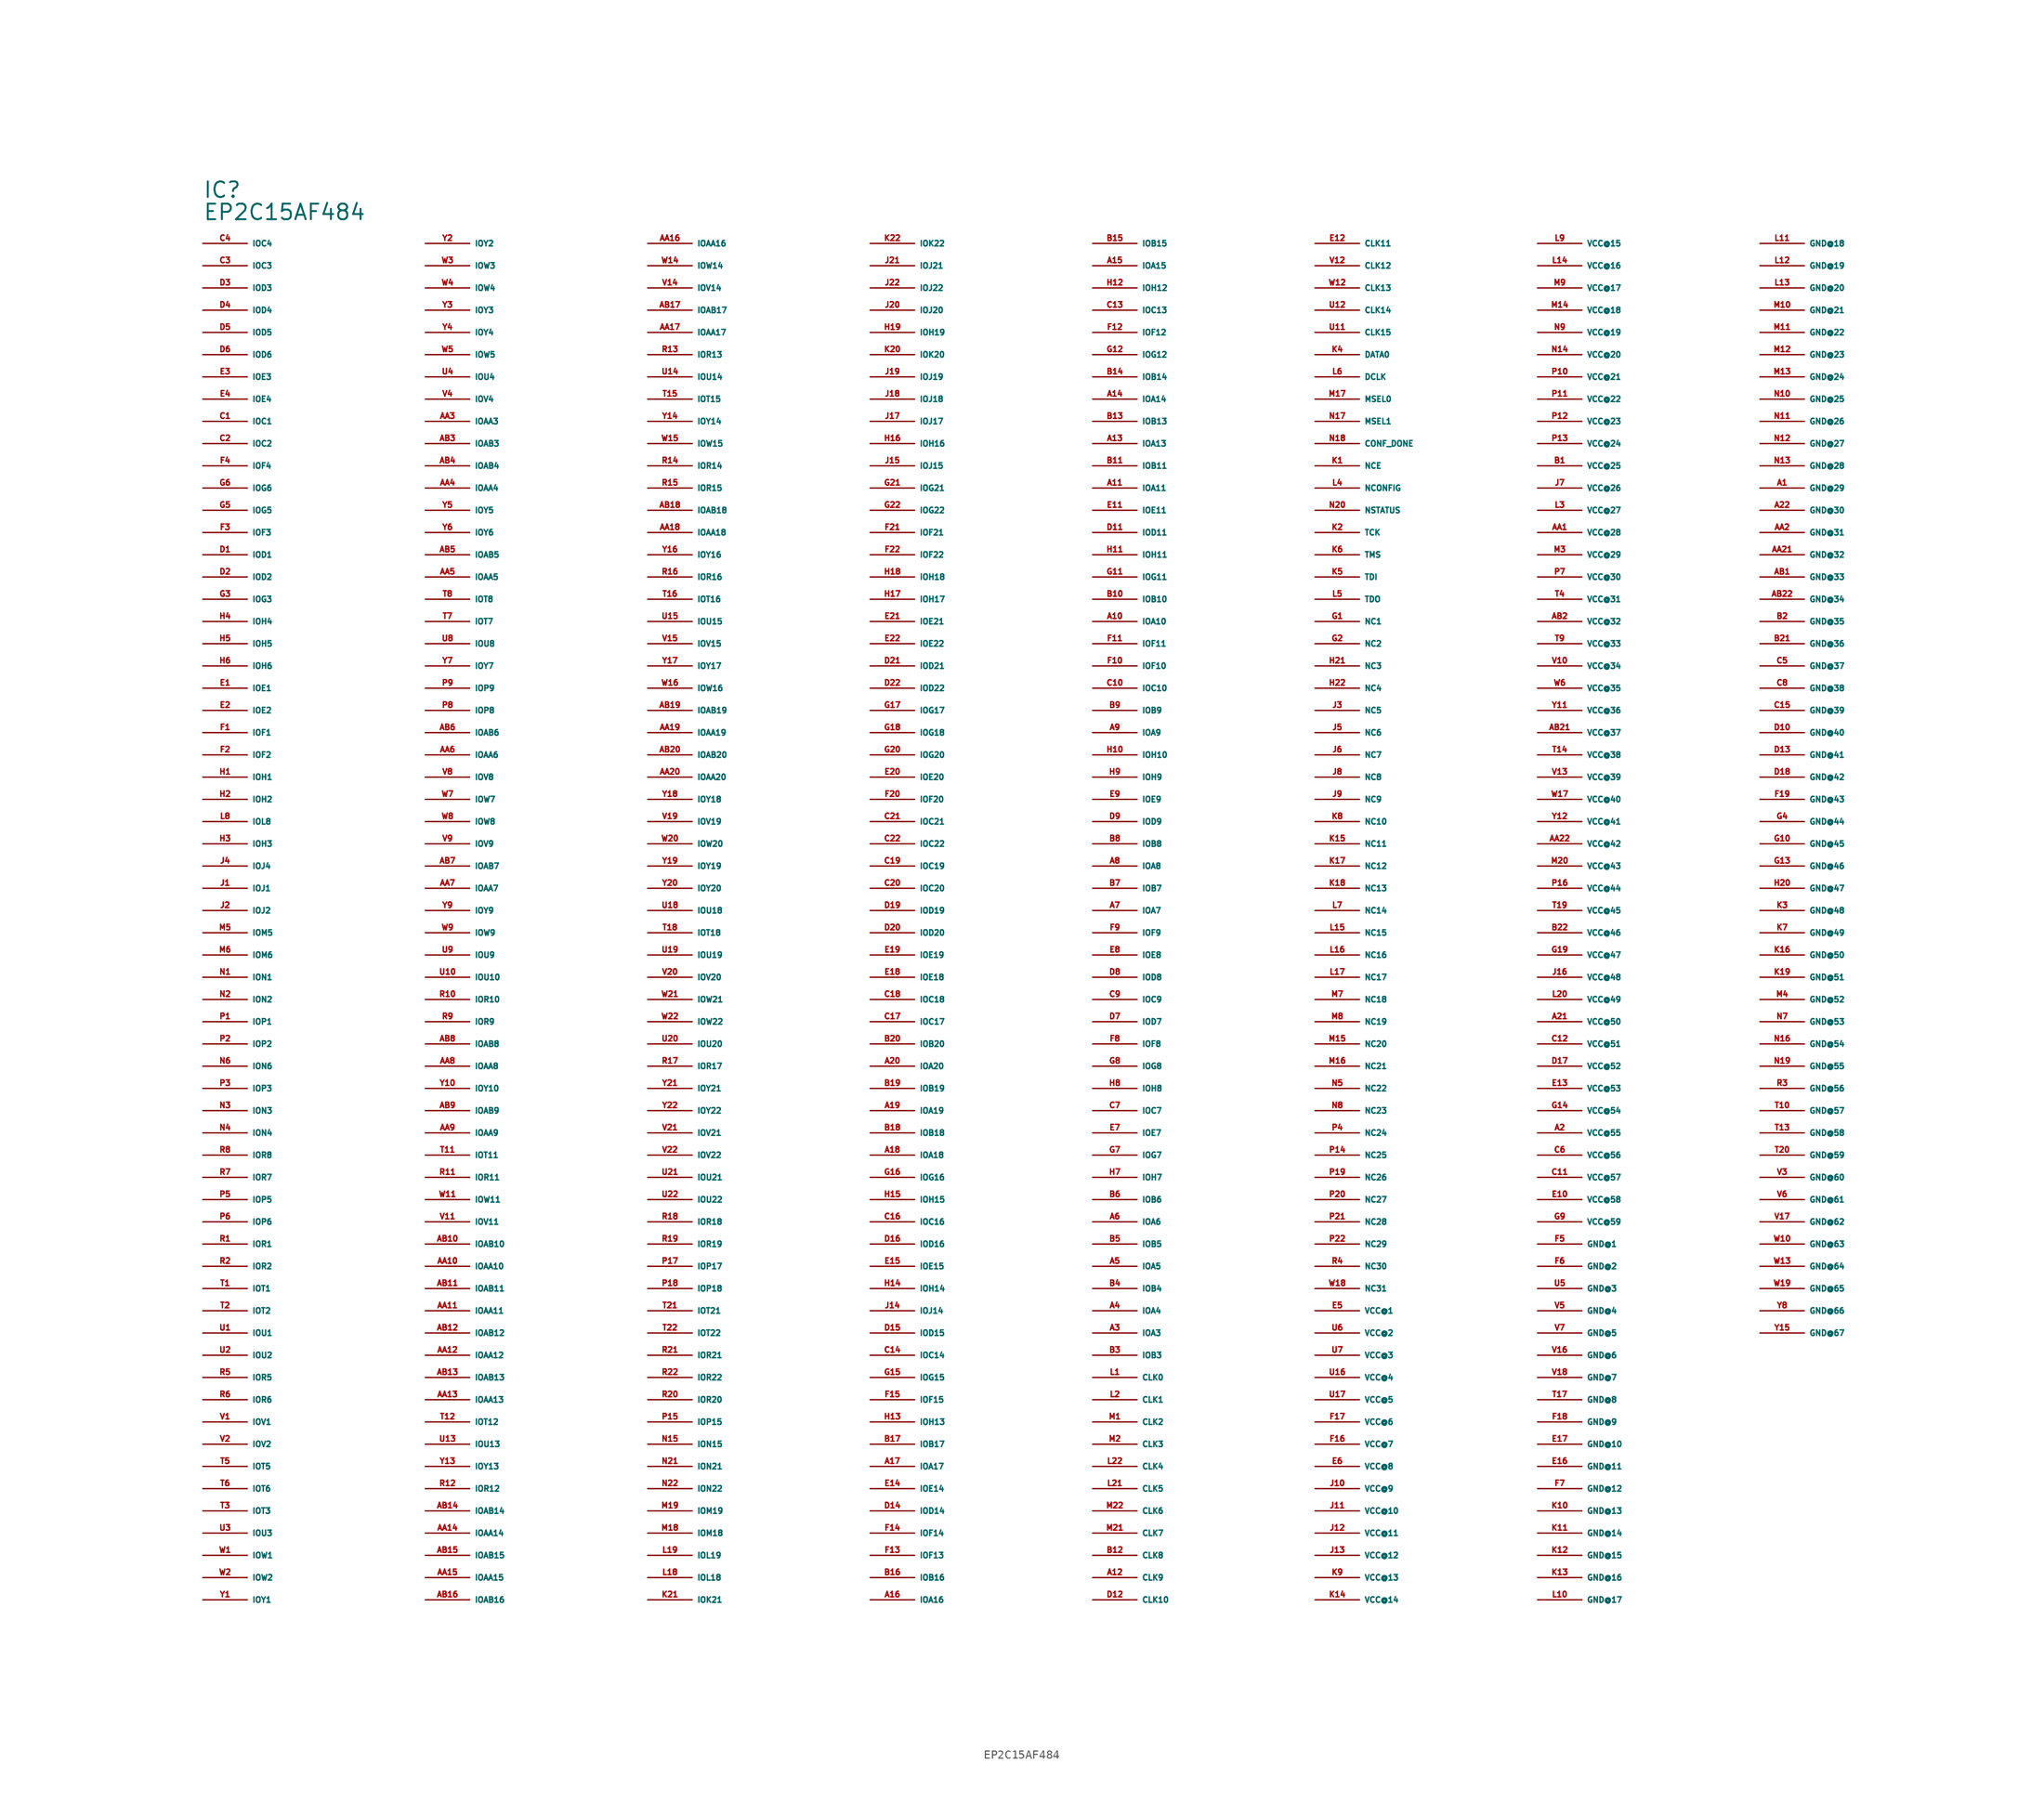
<source format=kicad_sym>
(kicad_symbol_lib
  (version 20220914)
  (generator Eagle2Kicad)
  (symbol "EP2C15AF484"
    (property "Reference" "IC"
      (at -81.28 86.36 0)
      (effects (font (size 1.778 1.778) (thickness 0.22)) (justify left bottom)))
    (property "Value" "EP2C15AF484"
      (at -81.28 83.82 0)
      (effects (font (size 1.778 1.778) (thickness 0.22)) (justify left bottom)))
    (pin output line
      (at -81.28 81.28 0)
      (length 5.08)
      (name "IOC4" (effects (font (size 0.635 0.635) (thickness 0.08)) (justify left bottom)))
      (number "C4" (effects (font (size 0.635 0.635) (thickness 0.08)) (justify left bottom))))
    (pin output line
      (at -81.28 78.74 0)
      (length 5.08)
      (name "IOC3" (effects (font (size 0.635 0.635) (thickness 0.08)) (justify left bottom)))
      (number "C3" (effects (font (size 0.635 0.635) (thickness 0.08)) (justify left bottom))))
    (pin bidirectional line
      (at -81.28 76.2 0)
      (length 5.08)
      (name "IOD3" (effects (font (size 0.635 0.635) (thickness 0.08)) (justify left bottom)))
      (number "D3" (effects (font (size 0.635 0.635) (thickness 0.08)) (justify left bottom))))
    (pin bidirectional line
      (at -81.28 73.66 0)
      (length 5.08)
      (name "IOD4" (effects (font (size 0.635 0.635) (thickness 0.08)) (justify left bottom)))
      (number "D4" (effects (font (size 0.635 0.635) (thickness 0.08)) (justify left bottom))))
    (pin bidirectional line
      (at -81.28 71.12 0)
      (length 5.08)
      (name "IOD5" (effects (font (size 0.635 0.635) (thickness 0.08)) (justify left bottom)))
      (number "D5" (effects (font (size 0.635 0.635) (thickness 0.08)) (justify left bottom))))
    (pin bidirectional line
      (at -81.28 68.58 0)
      (length 5.08)
      (name "IOD6" (effects (font (size 0.635 0.635) (thickness 0.08)) (justify left bottom)))
      (number "D6" (effects (font (size 0.635 0.635) (thickness 0.08)) (justify left bottom))))
    (pin bidirectional line
      (at -81.28 66.04 0)
      (length 5.08)
      (name "IOE3" (effects (font (size 0.635 0.635) (thickness 0.08)) (justify left bottom)))
      (number "E3" (effects (font (size 0.635 0.635) (thickness 0.08)) (justify left bottom))))
    (pin bidirectional line
      (at -81.28 63.5 0)
      (length 5.08)
      (name "IOE4" (effects (font (size 0.635 0.635) (thickness 0.08)) (justify left bottom)))
      (number "E4" (effects (font (size 0.635 0.635) (thickness 0.08)) (justify left bottom))))
    (pin bidirectional line
      (at -81.28 60.96 0)
      (length 5.08)
      (name "IOC1" (effects (font (size 0.635 0.635) (thickness 0.08)) (justify left bottom)))
      (number "C1" (effects (font (size 0.635 0.635) (thickness 0.08)) (justify left bottom))))
    (pin bidirectional line
      (at -81.28 58.42 0)
      (length 5.08)
      (name "IOC2" (effects (font (size 0.635 0.635) (thickness 0.08)) (justify left bottom)))
      (number "C2" (effects (font (size 0.635 0.635) (thickness 0.08)) (justify left bottom))))
    (pin bidirectional line
      (at -81.28 55.88 0)
      (length 5.08)
      (name "IOF4" (effects (font (size 0.635 0.635) (thickness 0.08)) (justify left bottom)))
      (number "F4" (effects (font (size 0.635 0.635) (thickness 0.08)) (justify left bottom))))
    (pin bidirectional line
      (at -81.28 53.34 0)
      (length 5.08)
      (name "IOG6" (effects (font (size 0.635 0.635) (thickness 0.08)) (justify left bottom)))
      (number "G6" (effects (font (size 0.635 0.635) (thickness 0.08)) (justify left bottom))))
    (pin bidirectional line
      (at -81.28 50.8 0)
      (length 5.08)
      (name "IOG5" (effects (font (size 0.635 0.635) (thickness 0.08)) (justify left bottom)))
      (number "G5" (effects (font (size 0.635 0.635) (thickness 0.08)) (justify left bottom))))
    (pin bidirectional line
      (at -81.28 48.26 0)
      (length 5.08)
      (name "IOF3" (effects (font (size 0.635 0.635) (thickness 0.08)) (justify left bottom)))
      (number "F3" (effects (font (size 0.635 0.635) (thickness 0.08)) (justify left bottom))))
    (pin bidirectional line
      (at -81.28 45.72 0)
      (length 5.08)
      (name "IOD1" (effects (font (size 0.635 0.635) (thickness 0.08)) (justify left bottom)))
      (number "D1" (effects (font (size 0.635 0.635) (thickness 0.08)) (justify left bottom))))
    (pin bidirectional line
      (at -81.28 43.18 0)
      (length 5.08)
      (name "IOD2" (effects (font (size 0.635 0.635) (thickness 0.08)) (justify left bottom)))
      (number "D2" (effects (font (size 0.635 0.635) (thickness 0.08)) (justify left bottom))))
    (pin bidirectional line
      (at -81.28 40.64 0)
      (length 5.08)
      (name "IOG3" (effects (font (size 0.635 0.635) (thickness 0.08)) (justify left bottom)))
      (number "G3" (effects (font (size 0.635 0.635) (thickness 0.08)) (justify left bottom))))
    (pin bidirectional line
      (at -81.28 38.1 0)
      (length 5.08)
      (name "IOH4" (effects (font (size 0.635 0.635) (thickness 0.08)) (justify left bottom)))
      (number "H4" (effects (font (size 0.635 0.635) (thickness 0.08)) (justify left bottom))))
    (pin bidirectional line
      (at -81.28 35.56 0)
      (length 5.08)
      (name "IOH5" (effects (font (size 0.635 0.635) (thickness 0.08)) (justify left bottom)))
      (number "H5" (effects (font (size 0.635 0.635) (thickness 0.08)) (justify left bottom))))
    (pin bidirectional line
      (at -81.28 33.02 0)
      (length 5.08)
      (name "IOH6" (effects (font (size 0.635 0.635) (thickness 0.08)) (justify left bottom)))
      (number "H6" (effects (font (size 0.635 0.635) (thickness 0.08)) (justify left bottom))))
    (pin bidirectional line
      (at -81.28 30.48 0)
      (length 5.08)
      (name "IOE1" (effects (font (size 0.635 0.635) (thickness 0.08)) (justify left bottom)))
      (number "E1" (effects (font (size 0.635 0.635) (thickness 0.08)) (justify left bottom))))
    (pin bidirectional line
      (at -81.28 27.94 0)
      (length 5.08)
      (name "IOE2" (effects (font (size 0.635 0.635) (thickness 0.08)) (justify left bottom)))
      (number "E2" (effects (font (size 0.635 0.635) (thickness 0.08)) (justify left bottom))))
    (pin bidirectional line
      (at -81.28 25.4 0)
      (length 5.08)
      (name "IOF1" (effects (font (size 0.635 0.635) (thickness 0.08)) (justify left bottom)))
      (number "F1" (effects (font (size 0.635 0.635) (thickness 0.08)) (justify left bottom))))
    (pin bidirectional line
      (at -81.28 22.86 0)
      (length 5.08)
      (name "IOF2" (effects (font (size 0.635 0.635) (thickness 0.08)) (justify left bottom)))
      (number "F2" (effects (font (size 0.635 0.635) (thickness 0.08)) (justify left bottom))))
    (pin bidirectional line
      (at -81.28 20.32 0)
      (length 5.08)
      (name "IOH1" (effects (font (size 0.635 0.635) (thickness 0.08)) (justify left bottom)))
      (number "H1" (effects (font (size 0.635 0.635) (thickness 0.08)) (justify left bottom))))
    (pin bidirectional line
      (at -81.28 17.78 0)
      (length 5.08)
      (name "IOH2" (effects (font (size 0.635 0.635) (thickness 0.08)) (justify left bottom)))
      (number "H2" (effects (font (size 0.635 0.635) (thickness 0.08)) (justify left bottom))))
    (pin bidirectional line
      (at -81.28 15.24 0)
      (length 5.08)
      (name "IOL8" (effects (font (size 0.635 0.635) (thickness 0.08)) (justify left bottom)))
      (number "L8" (effects (font (size 0.635 0.635) (thickness 0.08)) (justify left bottom))))
    (pin bidirectional line
      (at -81.28 12.7 0)
      (length 5.08)
      (name "IOH3" (effects (font (size 0.635 0.635) (thickness 0.08)) (justify left bottom)))
      (number "H3" (effects (font (size 0.635 0.635) (thickness 0.08)) (justify left bottom))))
    (pin bidirectional line
      (at -81.28 10.16 0)
      (length 5.08)
      (name "IOJ4" (effects (font (size 0.635 0.635) (thickness 0.08)) (justify left bottom)))
      (number "J4" (effects (font (size 0.635 0.635) (thickness 0.08)) (justify left bottom))))
    (pin bidirectional line
      (at -81.28 7.62 0)
      (length 5.08)
      (name "IOJ1" (effects (font (size 0.635 0.635) (thickness 0.08)) (justify left bottom)))
      (number "J1" (effects (font (size 0.635 0.635) (thickness 0.08)) (justify left bottom))))
    (pin bidirectional line
      (at -81.28 5.08 0)
      (length 5.08)
      (name "IOJ2" (effects (font (size 0.635 0.635) (thickness 0.08)) (justify left bottom)))
      (number "J2" (effects (font (size 0.635 0.635) (thickness 0.08)) (justify left bottom))))
    (pin bidirectional line
      (at -81.28 2.54 0)
      (length 5.08)
      (name "IOM5" (effects (font (size 0.635 0.635) (thickness 0.08)) (justify left bottom)))
      (number "M5" (effects (font (size 0.635 0.635) (thickness 0.08)) (justify left bottom))))
    (pin bidirectional line
      (at -81.28 0 0)
      (length 5.08)
      (name "IOM6" (effects (font (size 0.635 0.635) (thickness 0.08)) (justify left bottom)))
      (number "M6" (effects (font (size 0.635 0.635) (thickness 0.08)) (justify left bottom))))
    (pin bidirectional line
      (at -81.28 -2.54 0)
      (length 5.08)
      (name "ION1" (effects (font (size 0.635 0.635) (thickness 0.08)) (justify left bottom)))
      (number "N1" (effects (font (size 0.635 0.635) (thickness 0.08)) (justify left bottom))))
    (pin bidirectional line
      (at -81.28 -5.08 0)
      (length 5.08)
      (name "ION2" (effects (font (size 0.635 0.635) (thickness 0.08)) (justify left bottom)))
      (number "N2" (effects (font (size 0.635 0.635) (thickness 0.08)) (justify left bottom))))
    (pin bidirectional line
      (at -81.28 -7.62 0)
      (length 5.08)
      (name "IOP1" (effects (font (size 0.635 0.635) (thickness 0.08)) (justify left bottom)))
      (number "P1" (effects (font (size 0.635 0.635) (thickness 0.08)) (justify left bottom))))
    (pin bidirectional line
      (at -81.28 -10.16 0)
      (length 5.08)
      (name "IOP2" (effects (font (size 0.635 0.635) (thickness 0.08)) (justify left bottom)))
      (number "P2" (effects (font (size 0.635 0.635) (thickness 0.08)) (justify left bottom))))
    (pin bidirectional line
      (at -81.28 -12.7 0)
      (length 5.08)
      (name "ION6" (effects (font (size 0.635 0.635) (thickness 0.08)) (justify left bottom)))
      (number "N6" (effects (font (size 0.635 0.635) (thickness 0.08)) (justify left bottom))))
    (pin bidirectional line
      (at -81.28 -15.24 0)
      (length 5.08)
      (name "IOP3" (effects (font (size 0.635 0.635) (thickness 0.08)) (justify left bottom)))
      (number "P3" (effects (font (size 0.635 0.635) (thickness 0.08)) (justify left bottom))))
    (pin bidirectional line
      (at -81.28 -17.78 0)
      (length 5.08)
      (name "ION3" (effects (font (size 0.635 0.635) (thickness 0.08)) (justify left bottom)))
      (number "N3" (effects (font (size 0.635 0.635) (thickness 0.08)) (justify left bottom))))
    (pin bidirectional line
      (at -81.28 -20.32 0)
      (length 5.08)
      (name "ION4" (effects (font (size 0.635 0.635) (thickness 0.08)) (justify left bottom)))
      (number "N4" (effects (font (size 0.635 0.635) (thickness 0.08)) (justify left bottom))))
    (pin bidirectional line
      (at -81.28 -22.86 0)
      (length 5.08)
      (name "IOR8" (effects (font (size 0.635 0.635) (thickness 0.08)) (justify left bottom)))
      (number "R8" (effects (font (size 0.635 0.635) (thickness 0.08)) (justify left bottom))))
    (pin bidirectional line
      (at -81.28 -25.4 0)
      (length 5.08)
      (name "IOR7" (effects (font (size 0.635 0.635) (thickness 0.08)) (justify left bottom)))
      (number "R7" (effects (font (size 0.635 0.635) (thickness 0.08)) (justify left bottom))))
    (pin bidirectional line
      (at -81.28 -27.94 0)
      (length 5.08)
      (name "IOP5" (effects (font (size 0.635 0.635) (thickness 0.08)) (justify left bottom)))
      (number "P5" (effects (font (size 0.635 0.635) (thickness 0.08)) (justify left bottom))))
    (pin bidirectional line
      (at -81.28 -30.48 0)
      (length 5.08)
      (name "IOP6" (effects (font (size 0.635 0.635) (thickness 0.08)) (justify left bottom)))
      (number "P6" (effects (font (size 0.635 0.635) (thickness 0.08)) (justify left bottom))))
    (pin bidirectional line
      (at -81.28 -33.02 0)
      (length 5.08)
      (name "IOR1" (effects (font (size 0.635 0.635) (thickness 0.08)) (justify left bottom)))
      (number "R1" (effects (font (size 0.635 0.635) (thickness 0.08)) (justify left bottom))))
    (pin bidirectional line
      (at -81.28 -35.56 0)
      (length 5.08)
      (name "IOR2" (effects (font (size 0.635 0.635) (thickness 0.08)) (justify left bottom)))
      (number "R2" (effects (font (size 0.635 0.635) (thickness 0.08)) (justify left bottom))))
    (pin bidirectional line
      (at -81.28 -38.1 0)
      (length 5.08)
      (name "IOT1" (effects (font (size 0.635 0.635) (thickness 0.08)) (justify left bottom)))
      (number "T1" (effects (font (size 0.635 0.635) (thickness 0.08)) (justify left bottom))))
    (pin bidirectional line
      (at -81.28 -40.64 0)
      (length 5.08)
      (name "IOT2" (effects (font (size 0.635 0.635) (thickness 0.08)) (justify left bottom)))
      (number "T2" (effects (font (size 0.635 0.635) (thickness 0.08)) (justify left bottom))))
    (pin bidirectional line
      (at -81.28 -43.18 0)
      (length 5.08)
      (name "IOU1" (effects (font (size 0.635 0.635) (thickness 0.08)) (justify left bottom)))
      (number "U1" (effects (font (size 0.635 0.635) (thickness 0.08)) (justify left bottom))))
    (pin bidirectional line
      (at -81.28 -45.72 0)
      (length 5.08)
      (name "IOU2" (effects (font (size 0.635 0.635) (thickness 0.08)) (justify left bottom)))
      (number "U2" (effects (font (size 0.635 0.635) (thickness 0.08)) (justify left bottom))))
    (pin bidirectional line
      (at -81.28 -48.26 0)
      (length 5.08)
      (name "IOR5" (effects (font (size 0.635 0.635) (thickness 0.08)) (justify left bottom)))
      (number "R5" (effects (font (size 0.635 0.635) (thickness 0.08)) (justify left bottom))))
    (pin bidirectional line
      (at -81.28 -50.8 0)
      (length 5.08)
      (name "IOR6" (effects (font (size 0.635 0.635) (thickness 0.08)) (justify left bottom)))
      (number "R6" (effects (font (size 0.635 0.635) (thickness 0.08)) (justify left bottom))))
    (pin bidirectional line
      (at -81.28 -53.34 0)
      (length 5.08)
      (name "IOV1" (effects (font (size 0.635 0.635) (thickness 0.08)) (justify left bottom)))
      (number "V1" (effects (font (size 0.635 0.635) (thickness 0.08)) (justify left bottom))))
    (pin bidirectional line
      (at -81.28 -55.88 0)
      (length 5.08)
      (name "IOV2" (effects (font (size 0.635 0.635) (thickness 0.08)) (justify left bottom)))
      (number "V2" (effects (font (size 0.635 0.635) (thickness 0.08)) (justify left bottom))))
    (pin bidirectional line
      (at -81.28 -58.42 0)
      (length 5.08)
      (name "IOT5" (effects (font (size 0.635 0.635) (thickness 0.08)) (justify left bottom)))
      (number "T5" (effects (font (size 0.635 0.635) (thickness 0.08)) (justify left bottom))))
    (pin bidirectional line
      (at -81.28 -60.96 0)
      (length 5.08)
      (name "IOT6" (effects (font (size 0.635 0.635) (thickness 0.08)) (justify left bottom)))
      (number "T6" (effects (font (size 0.635 0.635) (thickness 0.08)) (justify left bottom))))
    (pin bidirectional line
      (at -81.28 -63.5 0)
      (length 5.08)
      (name "IOT3" (effects (font (size 0.635 0.635) (thickness 0.08)) (justify left bottom)))
      (number "T3" (effects (font (size 0.635 0.635) (thickness 0.08)) (justify left bottom))))
    (pin bidirectional line
      (at -81.28 -66.04 0)
      (length 5.08)
      (name "IOU3" (effects (font (size 0.635 0.635) (thickness 0.08)) (justify left bottom)))
      (number "U3" (effects (font (size 0.635 0.635) (thickness 0.08)) (justify left bottom))))
    (pin bidirectional line
      (at -81.28 -68.58 0)
      (length 5.08)
      (name "IOW1" (effects (font (size 0.635 0.635) (thickness 0.08)) (justify left bottom)))
      (number "W1" (effects (font (size 0.635 0.635) (thickness 0.08)) (justify left bottom))))
    (pin bidirectional line
      (at -81.28 -71.12 0)
      (length 5.08)
      (name "IOW2" (effects (font (size 0.635 0.635) (thickness 0.08)) (justify left bottom)))
      (number "W2" (effects (font (size 0.635 0.635) (thickness 0.08)) (justify left bottom))))
    (pin bidirectional line
      (at -81.28 -73.66 0)
      (length 5.08)
      (name "IOY1" (effects (font (size 0.635 0.635) (thickness 0.08)) (justify left bottom)))
      (number "Y1" (effects (font (size 0.635 0.635) (thickness 0.08)) (justify left bottom))))
    (pin bidirectional line
      (at -55.88 81.28 0)
      (length 5.08)
      (name "IOY2" (effects (font (size 0.635 0.635) (thickness 0.08)) (justify left bottom)))
      (number "Y2" (effects (font (size 0.635 0.635) (thickness 0.08)) (justify left bottom))))
    (pin bidirectional line
      (at -55.88 78.74 0)
      (length 5.08)
      (name "IOW3" (effects (font (size 0.635 0.635) (thickness 0.08)) (justify left bottom)))
      (number "W3" (effects (font (size 0.635 0.635) (thickness 0.08)) (justify left bottom))))
    (pin bidirectional line
      (at -55.88 76.2 0)
      (length 5.08)
      (name "IOW4" (effects (font (size 0.635 0.635) (thickness 0.08)) (justify left bottom)))
      (number "W4" (effects (font (size 0.635 0.635) (thickness 0.08)) (justify left bottom))))
    (pin bidirectional line
      (at -55.88 73.66 0)
      (length 5.08)
      (name "IOY3" (effects (font (size 0.635 0.635) (thickness 0.08)) (justify left bottom)))
      (number "Y3" (effects (font (size 0.635 0.635) (thickness 0.08)) (justify left bottom))))
    (pin bidirectional line
      (at -55.88 71.12 0)
      (length 5.08)
      (name "IOY4" (effects (font (size 0.635 0.635) (thickness 0.08)) (justify left bottom)))
      (number "Y4" (effects (font (size 0.635 0.635) (thickness 0.08)) (justify left bottom))))
    (pin bidirectional line
      (at -55.88 68.58 0)
      (length 5.08)
      (name "IOW5" (effects (font (size 0.635 0.635) (thickness 0.08)) (justify left bottom)))
      (number "W5" (effects (font (size 0.635 0.635) (thickness 0.08)) (justify left bottom))))
    (pin bidirectional line
      (at -55.88 66.04 0)
      (length 5.08)
      (name "IOU4" (effects (font (size 0.635 0.635) (thickness 0.08)) (justify left bottom)))
      (number "U4" (effects (font (size 0.635 0.635) (thickness 0.08)) (justify left bottom))))
    (pin bidirectional line
      (at -55.88 63.5 0)
      (length 5.08)
      (name "IOV4" (effects (font (size 0.635 0.635) (thickness 0.08)) (justify left bottom)))
      (number "V4" (effects (font (size 0.635 0.635) (thickness 0.08)) (justify left bottom))))
    (pin bidirectional line
      (at -55.88 60.96 0)
      (length 5.08)
      (name "IOAA3" (effects (font (size 0.635 0.635) (thickness 0.08)) (justify left bottom)))
      (number "AA3" (effects (font (size 0.635 0.635) (thickness 0.08)) (justify left bottom))))
    (pin bidirectional line
      (at -55.88 58.42 0)
      (length 5.08)
      (name "IOAB3" (effects (font (size 0.635 0.635) (thickness 0.08)) (justify left bottom)))
      (number "AB3" (effects (font (size 0.635 0.635) (thickness 0.08)) (justify left bottom))))
    (pin bidirectional line
      (at -55.88 55.88 0)
      (length 5.08)
      (name "IOAB4" (effects (font (size 0.635 0.635) (thickness 0.08)) (justify left bottom)))
      (number "AB4" (effects (font (size 0.635 0.635) (thickness 0.08)) (justify left bottom))))
    (pin bidirectional line
      (at -55.88 53.34 0)
      (length 5.08)
      (name "IOAA4" (effects (font (size 0.635 0.635) (thickness 0.08)) (justify left bottom)))
      (number "AA4" (effects (font (size 0.635 0.635) (thickness 0.08)) (justify left bottom))))
    (pin bidirectional line
      (at -55.88 50.8 0)
      (length 5.08)
      (name "IOY5" (effects (font (size 0.635 0.635) (thickness 0.08)) (justify left bottom)))
      (number "Y5" (effects (font (size 0.635 0.635) (thickness 0.08)) (justify left bottom))))
    (pin bidirectional line
      (at -55.88 48.26 0)
      (length 5.08)
      (name "IOY6" (effects (font (size 0.635 0.635) (thickness 0.08)) (justify left bottom)))
      (number "Y6" (effects (font (size 0.635 0.635) (thickness 0.08)) (justify left bottom))))
    (pin bidirectional line
      (at -55.88 45.72 0)
      (length 5.08)
      (name "IOAB5" (effects (font (size 0.635 0.635) (thickness 0.08)) (justify left bottom)))
      (number "AB5" (effects (font (size 0.635 0.635) (thickness 0.08)) (justify left bottom))))
    (pin bidirectional line
      (at -55.88 43.18 0)
      (length 5.08)
      (name "IOAA5" (effects (font (size 0.635 0.635) (thickness 0.08)) (justify left bottom)))
      (number "AA5" (effects (font (size 0.635 0.635) (thickness 0.08)) (justify left bottom))))
    (pin bidirectional line
      (at -55.88 40.64 0)
      (length 5.08)
      (name "IOT8" (effects (font (size 0.635 0.635) (thickness 0.08)) (justify left bottom)))
      (number "T8" (effects (font (size 0.635 0.635) (thickness 0.08)) (justify left bottom))))
    (pin bidirectional line
      (at -55.88 38.1 0)
      (length 5.08)
      (name "IOT7" (effects (font (size 0.635 0.635) (thickness 0.08)) (justify left bottom)))
      (number "T7" (effects (font (size 0.635 0.635) (thickness 0.08)) (justify left bottom))))
    (pin bidirectional line
      (at -55.88 35.56 0)
      (length 5.08)
      (name "IOU8" (effects (font (size 0.635 0.635) (thickness 0.08)) (justify left bottom)))
      (number "U8" (effects (font (size 0.635 0.635) (thickness 0.08)) (justify left bottom))))
    (pin bidirectional line
      (at -55.88 33.02 0)
      (length 5.08)
      (name "IOY7" (effects (font (size 0.635 0.635) (thickness 0.08)) (justify left bottom)))
      (number "Y7" (effects (font (size 0.635 0.635) (thickness 0.08)) (justify left bottom))))
    (pin bidirectional line
      (at -55.88 30.48 0)
      (length 5.08)
      (name "IOP9" (effects (font (size 0.635 0.635) (thickness 0.08)) (justify left bottom)))
      (number "P9" (effects (font (size 0.635 0.635) (thickness 0.08)) (justify left bottom))))
    (pin bidirectional line
      (at -55.88 27.94 0)
      (length 5.08)
      (name "IOP8" (effects (font (size 0.635 0.635) (thickness 0.08)) (justify left bottom)))
      (number "P8" (effects (font (size 0.635 0.635) (thickness 0.08)) (justify left bottom))))
    (pin bidirectional line
      (at -55.88 25.4 0)
      (length 5.08)
      (name "IOAB6" (effects (font (size 0.635 0.635) (thickness 0.08)) (justify left bottom)))
      (number "AB6" (effects (font (size 0.635 0.635) (thickness 0.08)) (justify left bottom))))
    (pin bidirectional line
      (at -55.88 22.86 0)
      (length 5.08)
      (name "IOAA6" (effects (font (size 0.635 0.635) (thickness 0.08)) (justify left bottom)))
      (number "AA6" (effects (font (size 0.635 0.635) (thickness 0.08)) (justify left bottom))))
    (pin bidirectional line
      (at -55.88 20.32 0)
      (length 5.08)
      (name "IOV8" (effects (font (size 0.635 0.635) (thickness 0.08)) (justify left bottom)))
      (number "V8" (effects (font (size 0.635 0.635) (thickness 0.08)) (justify left bottom))))
    (pin bidirectional line
      (at -55.88 17.78 0)
      (length 5.08)
      (name "IOW7" (effects (font (size 0.635 0.635) (thickness 0.08)) (justify left bottom)))
      (number "W7" (effects (font (size 0.635 0.635) (thickness 0.08)) (justify left bottom))))
    (pin bidirectional line
      (at -55.88 15.24 0)
      (length 5.08)
      (name "IOW8" (effects (font (size 0.635 0.635) (thickness 0.08)) (justify left bottom)))
      (number "W8" (effects (font (size 0.635 0.635) (thickness 0.08)) (justify left bottom))))
    (pin bidirectional line
      (at -55.88 12.7 0)
      (length 5.08)
      (name "IOV9" (effects (font (size 0.635 0.635) (thickness 0.08)) (justify left bottom)))
      (number "V9" (effects (font (size 0.635 0.635) (thickness 0.08)) (justify left bottom))))
    (pin bidirectional line
      (at -55.88 10.16 0)
      (length 5.08)
      (name "IOAB7" (effects (font (size 0.635 0.635) (thickness 0.08)) (justify left bottom)))
      (number "AB7" (effects (font (size 0.635 0.635) (thickness 0.08)) (justify left bottom))))
    (pin bidirectional line
      (at -55.88 7.62 0)
      (length 5.08)
      (name "IOAA7" (effects (font (size 0.635 0.635) (thickness 0.08)) (justify left bottom)))
      (number "AA7" (effects (font (size 0.635 0.635) (thickness 0.08)) (justify left bottom))))
    (pin bidirectional line
      (at -55.88 5.08 0)
      (length 5.08)
      (name "IOY9" (effects (font (size 0.635 0.635) (thickness 0.08)) (justify left bottom)))
      (number "Y9" (effects (font (size 0.635 0.635) (thickness 0.08)) (justify left bottom))))
    (pin bidirectional line
      (at -55.88 2.54 0)
      (length 5.08)
      (name "IOW9" (effects (font (size 0.635 0.635) (thickness 0.08)) (justify left bottom)))
      (number "W9" (effects (font (size 0.635 0.635) (thickness 0.08)) (justify left bottom))))
    (pin bidirectional line
      (at -55.88 0 0)
      (length 5.08)
      (name "IOU9" (effects (font (size 0.635 0.635) (thickness 0.08)) (justify left bottom)))
      (number "U9" (effects (font (size 0.635 0.635) (thickness 0.08)) (justify left bottom))))
    (pin bidirectional line
      (at -55.88 -2.54 0)
      (length 5.08)
      (name "IOU10" (effects (font (size 0.635 0.635) (thickness 0.08)) (justify left bottom)))
      (number "U10" (effects (font (size 0.635 0.635) (thickness 0.08)) (justify left bottom))))
    (pin bidirectional line
      (at -55.88 -5.08 0)
      (length 5.08)
      (name "IOR10" (effects (font (size 0.635 0.635) (thickness 0.08)) (justify left bottom)))
      (number "R10" (effects (font (size 0.635 0.635) (thickness 0.08)) (justify left bottom))))
    (pin bidirectional line
      (at -55.88 -7.62 0)
      (length 5.08)
      (name "IOR9" (effects (font (size 0.635 0.635) (thickness 0.08)) (justify left bottom)))
      (number "R9" (effects (font (size 0.635 0.635) (thickness 0.08)) (justify left bottom))))
    (pin bidirectional line
      (at -55.88 -10.16 0)
      (length 5.08)
      (name "IOAB8" (effects (font (size 0.635 0.635) (thickness 0.08)) (justify left bottom)))
      (number "AB8" (effects (font (size 0.635 0.635) (thickness 0.08)) (justify left bottom))))
    (pin bidirectional line
      (at -55.88 -12.7 0)
      (length 5.08)
      (name "IOAA8" (effects (font (size 0.635 0.635) (thickness 0.08)) (justify left bottom)))
      (number "AA8" (effects (font (size 0.635 0.635) (thickness 0.08)) (justify left bottom))))
    (pin bidirectional line
      (at -55.88 -15.24 0)
      (length 5.08)
      (name "IOY10" (effects (font (size 0.635 0.635) (thickness 0.08)) (justify left bottom)))
      (number "Y10" (effects (font (size 0.635 0.635) (thickness 0.08)) (justify left bottom))))
    (pin bidirectional line
      (at -55.88 -17.78 0)
      (length 5.08)
      (name "IOAB9" (effects (font (size 0.635 0.635) (thickness 0.08)) (justify left bottom)))
      (number "AB9" (effects (font (size 0.635 0.635) (thickness 0.08)) (justify left bottom))))
    (pin bidirectional line
      (at -55.88 -20.32 0)
      (length 5.08)
      (name "IOAA9" (effects (font (size 0.635 0.635) (thickness 0.08)) (justify left bottom)))
      (number "AA9" (effects (font (size 0.635 0.635) (thickness 0.08)) (justify left bottom))))
    (pin bidirectional line
      (at -55.88 -22.86 0)
      (length 5.08)
      (name "IOT11" (effects (font (size 0.635 0.635) (thickness 0.08)) (justify left bottom)))
      (number "T11" (effects (font (size 0.635 0.635) (thickness 0.08)) (justify left bottom))))
    (pin bidirectional line
      (at -55.88 -25.4 0)
      (length 5.08)
      (name "IOR11" (effects (font (size 0.635 0.635) (thickness 0.08)) (justify left bottom)))
      (number "R11" (effects (font (size 0.635 0.635) (thickness 0.08)) (justify left bottom))))
    (pin bidirectional line
      (at -55.88 -27.94 0)
      (length 5.08)
      (name "IOW11" (effects (font (size 0.635 0.635) (thickness 0.08)) (justify left bottom)))
      (number "W11" (effects (font (size 0.635 0.635) (thickness 0.08)) (justify left bottom))))
    (pin bidirectional line
      (at -55.88 -30.48 0)
      (length 5.08)
      (name "IOV11" (effects (font (size 0.635 0.635) (thickness 0.08)) (justify left bottom)))
      (number "V11" (effects (font (size 0.635 0.635) (thickness 0.08)) (justify left bottom))))
    (pin bidirectional line
      (at -55.88 -33.02 0)
      (length 5.08)
      (name "IOAB10" (effects (font (size 0.635 0.635) (thickness 0.08)) (justify left bottom)))
      (number "AB10" (effects (font (size 0.635 0.635) (thickness 0.08)) (justify left bottom))))
    (pin bidirectional line
      (at -55.88 -35.56 0)
      (length 5.08)
      (name "IOAA10" (effects (font (size 0.635 0.635) (thickness 0.08)) (justify left bottom)))
      (number "AA10" (effects (font (size 0.635 0.635) (thickness 0.08)) (justify left bottom))))
    (pin bidirectional line
      (at -55.88 -38.1 0)
      (length 5.08)
      (name "IOAB11" (effects (font (size 0.635 0.635) (thickness 0.08)) (justify left bottom)))
      (number "AB11" (effects (font (size 0.635 0.635) (thickness 0.08)) (justify left bottom))))
    (pin bidirectional line
      (at -55.88 -40.64 0)
      (length 5.08)
      (name "IOAA11" (effects (font (size 0.635 0.635) (thickness 0.08)) (justify left bottom)))
      (number "AA11" (effects (font (size 0.635 0.635) (thickness 0.08)) (justify left bottom))))
    (pin bidirectional line
      (at -55.88 -43.18 0)
      (length 5.08)
      (name "IOAB12" (effects (font (size 0.635 0.635) (thickness 0.08)) (justify left bottom)))
      (number "AB12" (effects (font (size 0.635 0.635) (thickness 0.08)) (justify left bottom))))
    (pin bidirectional line
      (at -55.88 -45.72 0)
      (length 5.08)
      (name "IOAA12" (effects (font (size 0.635 0.635) (thickness 0.08)) (justify left bottom)))
      (number "AA12" (effects (font (size 0.635 0.635) (thickness 0.08)) (justify left bottom))))
    (pin bidirectional line
      (at -55.88 -48.26 0)
      (length 5.08)
      (name "IOAB13" (effects (font (size 0.635 0.635) (thickness 0.08)) (justify left bottom)))
      (number "AB13" (effects (font (size 0.635 0.635) (thickness 0.08)) (justify left bottom))))
    (pin bidirectional line
      (at -55.88 -50.8 0)
      (length 5.08)
      (name "IOAA13" (effects (font (size 0.635 0.635) (thickness 0.08)) (justify left bottom)))
      (number "AA13" (effects (font (size 0.635 0.635) (thickness 0.08)) (justify left bottom))))
    (pin bidirectional line
      (at -55.88 -53.34 0)
      (length 5.08)
      (name "IOT12" (effects (font (size 0.635 0.635) (thickness 0.08)) (justify left bottom)))
      (number "T12" (effects (font (size 0.635 0.635) (thickness 0.08)) (justify left bottom))))
    (pin bidirectional line
      (at -55.88 -55.88 0)
      (length 5.08)
      (name "IOU13" (effects (font (size 0.635 0.635) (thickness 0.08)) (justify left bottom)))
      (number "U13" (effects (font (size 0.635 0.635) (thickness 0.08)) (justify left bottom))))
    (pin bidirectional line
      (at -55.88 -58.42 0)
      (length 5.08)
      (name "IOY13" (effects (font (size 0.635 0.635) (thickness 0.08)) (justify left bottom)))
      (number "Y13" (effects (font (size 0.635 0.635) (thickness 0.08)) (justify left bottom))))
    (pin bidirectional line
      (at -55.88 -60.96 0)
      (length 5.08)
      (name "IOR12" (effects (font (size 0.635 0.635) (thickness 0.08)) (justify left bottom)))
      (number "R12" (effects (font (size 0.635 0.635) (thickness 0.08)) (justify left bottom))))
    (pin bidirectional line
      (at -55.88 -63.5 0)
      (length 5.08)
      (name "IOAB14" (effects (font (size 0.635 0.635) (thickness 0.08)) (justify left bottom)))
      (number "AB14" (effects (font (size 0.635 0.635) (thickness 0.08)) (justify left bottom))))
    (pin bidirectional line
      (at -55.88 -66.04 0)
      (length 5.08)
      (name "IOAA14" (effects (font (size 0.635 0.635) (thickness 0.08)) (justify left bottom)))
      (number "AA14" (effects (font (size 0.635 0.635) (thickness 0.08)) (justify left bottom))))
    (pin bidirectional line
      (at -55.88 -68.58 0)
      (length 5.08)
      (name "IOAB15" (effects (font (size 0.635 0.635) (thickness 0.08)) (justify left bottom)))
      (number "AB15" (effects (font (size 0.635 0.635) (thickness 0.08)) (justify left bottom))))
    (pin bidirectional line
      (at -55.88 -71.12 0)
      (length 5.08)
      (name "IOAA15" (effects (font (size 0.635 0.635) (thickness 0.08)) (justify left bottom)))
      (number "AA15" (effects (font (size 0.635 0.635) (thickness 0.08)) (justify left bottom))))
    (pin bidirectional line
      (at -55.88 -73.66 0)
      (length 5.08)
      (name "IOAB16" (effects (font (size 0.635 0.635) (thickness 0.08)) (justify left bottom)))
      (number "AB16" (effects (font (size 0.635 0.635) (thickness 0.08)) (justify left bottom))))
    (pin bidirectional line
      (at -30.48 81.28 0)
      (length 5.08)
      (name "IOAA16" (effects (font (size 0.635 0.635) (thickness 0.08)) (justify left bottom)))
      (number "AA16" (effects (font (size 0.635 0.635) (thickness 0.08)) (justify left bottom))))
    (pin bidirectional line
      (at -30.48 78.74 0)
      (length 5.08)
      (name "IOW14" (effects (font (size 0.635 0.635) (thickness 0.08)) (justify left bottom)))
      (number "W14" (effects (font (size 0.635 0.635) (thickness 0.08)) (justify left bottom))))
    (pin bidirectional line
      (at -30.48 76.2 0)
      (length 5.08)
      (name "IOV14" (effects (font (size 0.635 0.635) (thickness 0.08)) (justify left bottom)))
      (number "V14" (effects (font (size 0.635 0.635) (thickness 0.08)) (justify left bottom))))
    (pin bidirectional line
      (at -30.48 73.66 0)
      (length 5.08)
      (name "IOAB17" (effects (font (size 0.635 0.635) (thickness 0.08)) (justify left bottom)))
      (number "AB17" (effects (font (size 0.635 0.635) (thickness 0.08)) (justify left bottom))))
    (pin bidirectional line
      (at -30.48 71.12 0)
      (length 5.08)
      (name "IOAA17" (effects (font (size 0.635 0.635) (thickness 0.08)) (justify left bottom)))
      (number "AA17" (effects (font (size 0.635 0.635) (thickness 0.08)) (justify left bottom))))
    (pin bidirectional line
      (at -30.48 68.58 0)
      (length 5.08)
      (name "IOR13" (effects (font (size 0.635 0.635) (thickness 0.08)) (justify left bottom)))
      (number "R13" (effects (font (size 0.635 0.635) (thickness 0.08)) (justify left bottom))))
    (pin bidirectional line
      (at -30.48 66.04 0)
      (length 5.08)
      (name "IOU14" (effects (font (size 0.635 0.635) (thickness 0.08)) (justify left bottom)))
      (number "U14" (effects (font (size 0.635 0.635) (thickness 0.08)) (justify left bottom))))
    (pin bidirectional line
      (at -30.48 63.5 0)
      (length 5.08)
      (name "IOT15" (effects (font (size 0.635 0.635) (thickness 0.08)) (justify left bottom)))
      (number "T15" (effects (font (size 0.635 0.635) (thickness 0.08)) (justify left bottom))))
    (pin bidirectional line
      (at -30.48 60.96 0)
      (length 5.08)
      (name "IOY14" (effects (font (size 0.635 0.635) (thickness 0.08)) (justify left bottom)))
      (number "Y14" (effects (font (size 0.635 0.635) (thickness 0.08)) (justify left bottom))))
    (pin bidirectional line
      (at -30.48 58.42 0)
      (length 5.08)
      (name "IOW15" (effects (font (size 0.635 0.635) (thickness 0.08)) (justify left bottom)))
      (number "W15" (effects (font (size 0.635 0.635) (thickness 0.08)) (justify left bottom))))
    (pin bidirectional line
      (at -30.48 55.88 0)
      (length 5.08)
      (name "IOR14" (effects (font (size 0.635 0.635) (thickness 0.08)) (justify left bottom)))
      (number "R14" (effects (font (size 0.635 0.635) (thickness 0.08)) (justify left bottom))))
    (pin bidirectional line
      (at -30.48 53.34 0)
      (length 5.08)
      (name "IOR15" (effects (font (size 0.635 0.635) (thickness 0.08)) (justify left bottom)))
      (number "R15" (effects (font (size 0.635 0.635) (thickness 0.08)) (justify left bottom))))
    (pin bidirectional line
      (at -30.48 50.8 0)
      (length 5.08)
      (name "IOAB18" (effects (font (size 0.635 0.635) (thickness 0.08)) (justify left bottom)))
      (number "AB18" (effects (font (size 0.635 0.635) (thickness 0.08)) (justify left bottom))))
    (pin bidirectional line
      (at -30.48 48.26 0)
      (length 5.08)
      (name "IOAA18" (effects (font (size 0.635 0.635) (thickness 0.08)) (justify left bottom)))
      (number "AA18" (effects (font (size 0.635 0.635) (thickness 0.08)) (justify left bottom))))
    (pin bidirectional line
      (at -30.48 45.72 0)
      (length 5.08)
      (name "IOY16" (effects (font (size 0.635 0.635) (thickness 0.08)) (justify left bottom)))
      (number "Y16" (effects (font (size 0.635 0.635) (thickness 0.08)) (justify left bottom))))
    (pin bidirectional line
      (at -30.48 43.18 0)
      (length 5.08)
      (name "IOR16" (effects (font (size 0.635 0.635) (thickness 0.08)) (justify left bottom)))
      (number "R16" (effects (font (size 0.635 0.635) (thickness 0.08)) (justify left bottom))))
    (pin bidirectional line
      (at -30.48 40.64 0)
      (length 5.08)
      (name "IOT16" (effects (font (size 0.635 0.635) (thickness 0.08)) (justify left bottom)))
      (number "T16" (effects (font (size 0.635 0.635) (thickness 0.08)) (justify left bottom))))
    (pin bidirectional line
      (at -30.48 38.1 0)
      (length 5.08)
      (name "IOU15" (effects (font (size 0.635 0.635) (thickness 0.08)) (justify left bottom)))
      (number "U15" (effects (font (size 0.635 0.635) (thickness 0.08)) (justify left bottom))))
    (pin bidirectional line
      (at -30.48 35.56 0)
      (length 5.08)
      (name "IOV15" (effects (font (size 0.635 0.635) (thickness 0.08)) (justify left bottom)))
      (number "V15" (effects (font (size 0.635 0.635) (thickness 0.08)) (justify left bottom))))
    (pin bidirectional line
      (at -30.48 33.02 0)
      (length 5.08)
      (name "IOY17" (effects (font (size 0.635 0.635) (thickness 0.08)) (justify left bottom)))
      (number "Y17" (effects (font (size 0.635 0.635) (thickness 0.08)) (justify left bottom))))
    (pin bidirectional line
      (at -30.48 30.48 0)
      (length 5.08)
      (name "IOW16" (effects (font (size 0.635 0.635) (thickness 0.08)) (justify left bottom)))
      (number "W16" (effects (font (size 0.635 0.635) (thickness 0.08)) (justify left bottom))))
    (pin bidirectional line
      (at -30.48 27.94 0)
      (length 5.08)
      (name "IOAB19" (effects (font (size 0.635 0.635) (thickness 0.08)) (justify left bottom)))
      (number "AB19" (effects (font (size 0.635 0.635) (thickness 0.08)) (justify left bottom))))
    (pin bidirectional line
      (at -30.48 25.4 0)
      (length 5.08)
      (name "IOAA19" (effects (font (size 0.635 0.635) (thickness 0.08)) (justify left bottom)))
      (number "AA19" (effects (font (size 0.635 0.635) (thickness 0.08)) (justify left bottom))))
    (pin bidirectional line
      (at -30.48 22.86 0)
      (length 5.08)
      (name "IOAB20" (effects (font (size 0.635 0.635) (thickness 0.08)) (justify left bottom)))
      (number "AB20" (effects (font (size 0.635 0.635) (thickness 0.08)) (justify left bottom))))
    (pin bidirectional line
      (at -30.48 20.32 0)
      (length 5.08)
      (name "IOAA20" (effects (font (size 0.635 0.635) (thickness 0.08)) (justify left bottom)))
      (number "AA20" (effects (font (size 0.635 0.635) (thickness 0.08)) (justify left bottom))))
    (pin bidirectional line
      (at -30.48 17.78 0)
      (length 5.08)
      (name "IOY18" (effects (font (size 0.635 0.635) (thickness 0.08)) (justify left bottom)))
      (number "Y18" (effects (font (size 0.635 0.635) (thickness 0.08)) (justify left bottom))))
    (pin bidirectional line
      (at -30.48 15.24 0)
      (length 5.08)
      (name "IOV19" (effects (font (size 0.635 0.635) (thickness 0.08)) (justify left bottom)))
      (number "V19" (effects (font (size 0.635 0.635) (thickness 0.08)) (justify left bottom))))
    (pin bidirectional line
      (at -30.48 12.7 0)
      (length 5.08)
      (name "IOW20" (effects (font (size 0.635 0.635) (thickness 0.08)) (justify left bottom)))
      (number "W20" (effects (font (size 0.635 0.635) (thickness 0.08)) (justify left bottom))))
    (pin bidirectional line
      (at -30.48 10.16 0)
      (length 5.08)
      (name "IOY19" (effects (font (size 0.635 0.635) (thickness 0.08)) (justify left bottom)))
      (number "Y19" (effects (font (size 0.635 0.635) (thickness 0.08)) (justify left bottom))))
    (pin bidirectional line
      (at -30.48 7.62 0)
      (length 5.08)
      (name "IOY20" (effects (font (size 0.635 0.635) (thickness 0.08)) (justify left bottom)))
      (number "Y20" (effects (font (size 0.635 0.635) (thickness 0.08)) (justify left bottom))))
    (pin bidirectional line
      (at -30.48 5.08 0)
      (length 5.08)
      (name "IOU18" (effects (font (size 0.635 0.635) (thickness 0.08)) (justify left bottom)))
      (number "U18" (effects (font (size 0.635 0.635) (thickness 0.08)) (justify left bottom))))
    (pin bidirectional line
      (at -30.48 2.54 0)
      (length 5.08)
      (name "IOT18" (effects (font (size 0.635 0.635) (thickness 0.08)) (justify left bottom)))
      (number "T18" (effects (font (size 0.635 0.635) (thickness 0.08)) (justify left bottom))))
    (pin bidirectional line
      (at -30.48 0 0)
      (length 5.08)
      (name "IOU19" (effects (font (size 0.635 0.635) (thickness 0.08)) (justify left bottom)))
      (number "U19" (effects (font (size 0.635 0.635) (thickness 0.08)) (justify left bottom))))
    (pin bidirectional line
      (at -30.48 -2.54 0)
      (length 5.08)
      (name "IOV20" (effects (font (size 0.635 0.635) (thickness 0.08)) (justify left bottom)))
      (number "V20" (effects (font (size 0.635 0.635) (thickness 0.08)) (justify left bottom))))
    (pin bidirectional line
      (at -30.48 -5.08 0)
      (length 5.08)
      (name "IOW21" (effects (font (size 0.635 0.635) (thickness 0.08)) (justify left bottom)))
      (number "W21" (effects (font (size 0.635 0.635) (thickness 0.08)) (justify left bottom))))
    (pin bidirectional line
      (at -30.48 -7.62 0)
      (length 5.08)
      (name "IOW22" (effects (font (size 0.635 0.635) (thickness 0.08)) (justify left bottom)))
      (number "W22" (effects (font (size 0.635 0.635) (thickness 0.08)) (justify left bottom))))
    (pin bidirectional line
      (at -30.48 -10.16 0)
      (length 5.08)
      (name "IOU20" (effects (font (size 0.635 0.635) (thickness 0.08)) (justify left bottom)))
      (number "U20" (effects (font (size 0.635 0.635) (thickness 0.08)) (justify left bottom))))
    (pin bidirectional line
      (at -30.48 -12.7 0)
      (length 5.08)
      (name "IOR17" (effects (font (size 0.635 0.635) (thickness 0.08)) (justify left bottom)))
      (number "R17" (effects (font (size 0.635 0.635) (thickness 0.08)) (justify left bottom))))
    (pin bidirectional line
      (at -30.48 -15.24 0)
      (length 5.08)
      (name "IOY21" (effects (font (size 0.635 0.635) (thickness 0.08)) (justify left bottom)))
      (number "Y21" (effects (font (size 0.635 0.635) (thickness 0.08)) (justify left bottom))))
    (pin bidirectional line
      (at -30.48 -17.78 0)
      (length 5.08)
      (name "IOY22" (effects (font (size 0.635 0.635) (thickness 0.08)) (justify left bottom)))
      (number "Y22" (effects (font (size 0.635 0.635) (thickness 0.08)) (justify left bottom))))
    (pin bidirectional line
      (at -30.48 -20.32 0)
      (length 5.08)
      (name "IOV21" (effects (font (size 0.635 0.635) (thickness 0.08)) (justify left bottom)))
      (number "V21" (effects (font (size 0.635 0.635) (thickness 0.08)) (justify left bottom))))
    (pin bidirectional line
      (at -30.48 -22.86 0)
      (length 5.08)
      (name "IOV22" (effects (font (size 0.635 0.635) (thickness 0.08)) (justify left bottom)))
      (number "V22" (effects (font (size 0.635 0.635) (thickness 0.08)) (justify left bottom))))
    (pin bidirectional line
      (at -30.48 -25.4 0)
      (length 5.08)
      (name "IOU21" (effects (font (size 0.635 0.635) (thickness 0.08)) (justify left bottom)))
      (number "U21" (effects (font (size 0.635 0.635) (thickness 0.08)) (justify left bottom))))
    (pin bidirectional line
      (at -30.48 -27.94 0)
      (length 5.08)
      (name "IOU22" (effects (font (size 0.635 0.635) (thickness 0.08)) (justify left bottom)))
      (number "U22" (effects (font (size 0.635 0.635) (thickness 0.08)) (justify left bottom))))
    (pin bidirectional line
      (at -30.48 -30.48 0)
      (length 5.08)
      (name "IOR18" (effects (font (size 0.635 0.635) (thickness 0.08)) (justify left bottom)))
      (number "R18" (effects (font (size 0.635 0.635) (thickness 0.08)) (justify left bottom))))
    (pin bidirectional line
      (at -30.48 -33.02 0)
      (length 5.08)
      (name "IOR19" (effects (font (size 0.635 0.635) (thickness 0.08)) (justify left bottom)))
      (number "R19" (effects (font (size 0.635 0.635) (thickness 0.08)) (justify left bottom))))
    (pin bidirectional line
      (at -30.48 -35.56 0)
      (length 5.08)
      (name "IOP17" (effects (font (size 0.635 0.635) (thickness 0.08)) (justify left bottom)))
      (number "P17" (effects (font (size 0.635 0.635) (thickness 0.08)) (justify left bottom))))
    (pin bidirectional line
      (at -30.48 -38.1 0)
      (length 5.08)
      (name "IOP18" (effects (font (size 0.635 0.635) (thickness 0.08)) (justify left bottom)))
      (number "P18" (effects (font (size 0.635 0.635) (thickness 0.08)) (justify left bottom))))
    (pin bidirectional line
      (at -30.48 -40.64 0)
      (length 5.08)
      (name "IOT21" (effects (font (size 0.635 0.635) (thickness 0.08)) (justify left bottom)))
      (number "T21" (effects (font (size 0.635 0.635) (thickness 0.08)) (justify left bottom))))
    (pin bidirectional line
      (at -30.48 -43.18 0)
      (length 5.08)
      (name "IOT22" (effects (font (size 0.635 0.635) (thickness 0.08)) (justify left bottom)))
      (number "T22" (effects (font (size 0.635 0.635) (thickness 0.08)) (justify left bottom))))
    (pin bidirectional line
      (at -30.48 -45.72 0)
      (length 5.08)
      (name "IOR21" (effects (font (size 0.635 0.635) (thickness 0.08)) (justify left bottom)))
      (number "R21" (effects (font (size 0.635 0.635) (thickness 0.08)) (justify left bottom))))
    (pin bidirectional line
      (at -30.48 -48.26 0)
      (length 5.08)
      (name "IOR22" (effects (font (size 0.635 0.635) (thickness 0.08)) (justify left bottom)))
      (number "R22" (effects (font (size 0.635 0.635) (thickness 0.08)) (justify left bottom))))
    (pin bidirectional line
      (at -30.48 -50.8 0)
      (length 5.08)
      (name "IOR20" (effects (font (size 0.635 0.635) (thickness 0.08)) (justify left bottom)))
      (number "R20" (effects (font (size 0.635 0.635) (thickness 0.08)) (justify left bottom))))
    (pin bidirectional line
      (at -30.48 -53.34 0)
      (length 5.08)
      (name "IOP15" (effects (font (size 0.635 0.635) (thickness 0.08)) (justify left bottom)))
      (number "P15" (effects (font (size 0.635 0.635) (thickness 0.08)) (justify left bottom))))
    (pin bidirectional line
      (at -30.48 -55.88 0)
      (length 5.08)
      (name "ION15" (effects (font (size 0.635 0.635) (thickness 0.08)) (justify left bottom)))
      (number "N15" (effects (font (size 0.635 0.635) (thickness 0.08)) (justify left bottom))))
    (pin bidirectional line
      (at -30.48 -58.42 0)
      (length 5.08)
      (name "ION21" (effects (font (size 0.635 0.635) (thickness 0.08)) (justify left bottom)))
      (number "N21" (effects (font (size 0.635 0.635) (thickness 0.08)) (justify left bottom))))
    (pin bidirectional line
      (at -30.48 -60.96 0)
      (length 5.08)
      (name "ION22" (effects (font (size 0.635 0.635) (thickness 0.08)) (justify left bottom)))
      (number "N22" (effects (font (size 0.635 0.635) (thickness 0.08)) (justify left bottom))))
    (pin bidirectional line
      (at -30.48 -63.5 0)
      (length 5.08)
      (name "IOM19" (effects (font (size 0.635 0.635) (thickness 0.08)) (justify left bottom)))
      (number "M19" (effects (font (size 0.635 0.635) (thickness 0.08)) (justify left bottom))))
    (pin bidirectional line
      (at -30.48 -66.04 0)
      (length 5.08)
      (name "IOM18" (effects (font (size 0.635 0.635) (thickness 0.08)) (justify left bottom)))
      (number "M18" (effects (font (size 0.635 0.635) (thickness 0.08)) (justify left bottom))))
    (pin bidirectional line
      (at -30.48 -68.58 0)
      (length 5.08)
      (name "IOL19" (effects (font (size 0.635 0.635) (thickness 0.08)) (justify left bottom)))
      (number "L19" (effects (font (size 0.635 0.635) (thickness 0.08)) (justify left bottom))))
    (pin bidirectional line
      (at -30.48 -71.12 0)
      (length 5.08)
      (name "IOL18" (effects (font (size 0.635 0.635) (thickness 0.08)) (justify left bottom)))
      (number "L18" (effects (font (size 0.635 0.635) (thickness 0.08)) (justify left bottom))))
    (pin bidirectional line
      (at -30.48 -73.66 0)
      (length 5.08)
      (name "IOK21" (effects (font (size 0.635 0.635) (thickness 0.08)) (justify left bottom)))
      (number "K21" (effects (font (size 0.635 0.635) (thickness 0.08)) (justify left bottom))))
    (pin bidirectional line
      (at -5.08 81.28 0)
      (length 5.08)
      (name "IOK22" (effects (font (size 0.635 0.635) (thickness 0.08)) (justify left bottom)))
      (number "K22" (effects (font (size 0.635 0.635) (thickness 0.08)) (justify left bottom))))
    (pin bidirectional line
      (at -5.08 78.74 0)
      (length 5.08)
      (name "IOJ21" (effects (font (size 0.635 0.635) (thickness 0.08)) (justify left bottom)))
      (number "J21" (effects (font (size 0.635 0.635) (thickness 0.08)) (justify left bottom))))
    (pin bidirectional line
      (at -5.08 76.2 0)
      (length 5.08)
      (name "IOJ22" (effects (font (size 0.635 0.635) (thickness 0.08)) (justify left bottom)))
      (number "J22" (effects (font (size 0.635 0.635) (thickness 0.08)) (justify left bottom))))
    (pin bidirectional line
      (at -5.08 73.66 0)
      (length 5.08)
      (name "IOJ20" (effects (font (size 0.635 0.635) (thickness 0.08)) (justify left bottom)))
      (number "J20" (effects (font (size 0.635 0.635) (thickness 0.08)) (justify left bottom))))
    (pin bidirectional line
      (at -5.08 71.12 0)
      (length 5.08)
      (name "IOH19" (effects (font (size 0.635 0.635) (thickness 0.08)) (justify left bottom)))
      (number "H19" (effects (font (size 0.635 0.635) (thickness 0.08)) (justify left bottom))))
    (pin bidirectional line
      (at -5.08 68.58 0)
      (length 5.08)
      (name "IOK20" (effects (font (size 0.635 0.635) (thickness 0.08)) (justify left bottom)))
      (number "K20" (effects (font (size 0.635 0.635) (thickness 0.08)) (justify left bottom))))
    (pin bidirectional line
      (at -5.08 66.04 0)
      (length 5.08)
      (name "IOJ19" (effects (font (size 0.635 0.635) (thickness 0.08)) (justify left bottom)))
      (number "J19" (effects (font (size 0.635 0.635) (thickness 0.08)) (justify left bottom))))
    (pin bidirectional line
      (at -5.08 63.5 0)
      (length 5.08)
      (name "IOJ18" (effects (font (size 0.635 0.635) (thickness 0.08)) (justify left bottom)))
      (number "J18" (effects (font (size 0.635 0.635) (thickness 0.08)) (justify left bottom))))
    (pin bidirectional line
      (at -5.08 60.96 0)
      (length 5.08)
      (name "IOJ17" (effects (font (size 0.635 0.635) (thickness 0.08)) (justify left bottom)))
      (number "J17" (effects (font (size 0.635 0.635) (thickness 0.08)) (justify left bottom))))
    (pin bidirectional line
      (at -5.08 58.42 0)
      (length 5.08)
      (name "IOH16" (effects (font (size 0.635 0.635) (thickness 0.08)) (justify left bottom)))
      (number "H16" (effects (font (size 0.635 0.635) (thickness 0.08)) (justify left bottom))))
    (pin bidirectional line
      (at -5.08 55.88 0)
      (length 5.08)
      (name "IOJ15" (effects (font (size 0.635 0.635) (thickness 0.08)) (justify left bottom)))
      (number "J15" (effects (font (size 0.635 0.635) (thickness 0.08)) (justify left bottom))))
    (pin bidirectional line
      (at -5.08 53.34 0)
      (length 5.08)
      (name "IOG21" (effects (font (size 0.635 0.635) (thickness 0.08)) (justify left bottom)))
      (number "G21" (effects (font (size 0.635 0.635) (thickness 0.08)) (justify left bottom))))
    (pin bidirectional line
      (at -5.08 50.8 0)
      (length 5.08)
      (name "IOG22" (effects (font (size 0.635 0.635) (thickness 0.08)) (justify left bottom)))
      (number "G22" (effects (font (size 0.635 0.635) (thickness 0.08)) (justify left bottom))))
    (pin bidirectional line
      (at -5.08 48.26 0)
      (length 5.08)
      (name "IOF21" (effects (font (size 0.635 0.635) (thickness 0.08)) (justify left bottom)))
      (number "F21" (effects (font (size 0.635 0.635) (thickness 0.08)) (justify left bottom))))
    (pin bidirectional line
      (at -5.08 45.72 0)
      (length 5.08)
      (name "IOF22" (effects (font (size 0.635 0.635) (thickness 0.08)) (justify left bottom)))
      (number "F22" (effects (font (size 0.635 0.635) (thickness 0.08)) (justify left bottom))))
    (pin bidirectional line
      (at -5.08 43.18 0)
      (length 5.08)
      (name "IOH18" (effects (font (size 0.635 0.635) (thickness 0.08)) (justify left bottom)))
      (number "H18" (effects (font (size 0.635 0.635) (thickness 0.08)) (justify left bottom))))
    (pin bidirectional line
      (at -5.08 40.64 0)
      (length 5.08)
      (name "IOH17" (effects (font (size 0.635 0.635) (thickness 0.08)) (justify left bottom)))
      (number "H17" (effects (font (size 0.635 0.635) (thickness 0.08)) (justify left bottom))))
    (pin bidirectional line
      (at -5.08 38.1 0)
      (length 5.08)
      (name "IOE21" (effects (font (size 0.635 0.635) (thickness 0.08)) (justify left bottom)))
      (number "E21" (effects (font (size 0.635 0.635) (thickness 0.08)) (justify left bottom))))
    (pin bidirectional line
      (at -5.08 35.56 0)
      (length 5.08)
      (name "IOE22" (effects (font (size 0.635 0.635) (thickness 0.08)) (justify left bottom)))
      (number "E22" (effects (font (size 0.635 0.635) (thickness 0.08)) (justify left bottom))))
    (pin bidirectional line
      (at -5.08 33.02 0)
      (length 5.08)
      (name "IOD21" (effects (font (size 0.635 0.635) (thickness 0.08)) (justify left bottom)))
      (number "D21" (effects (font (size 0.635 0.635) (thickness 0.08)) (justify left bottom))))
    (pin bidirectional line
      (at -5.08 30.48 0)
      (length 5.08)
      (name "IOD22" (effects (font (size 0.635 0.635) (thickness 0.08)) (justify left bottom)))
      (number "D22" (effects (font (size 0.635 0.635) (thickness 0.08)) (justify left bottom))))
    (pin bidirectional line
      (at -5.08 27.94 0)
      (length 5.08)
      (name "IOG17" (effects (font (size 0.635 0.635) (thickness 0.08)) (justify left bottom)))
      (number "G17" (effects (font (size 0.635 0.635) (thickness 0.08)) (justify left bottom))))
    (pin bidirectional line
      (at -5.08 25.4 0)
      (length 5.08)
      (name "IOG18" (effects (font (size 0.635 0.635) (thickness 0.08)) (justify left bottom)))
      (number "G18" (effects (font (size 0.635 0.635) (thickness 0.08)) (justify left bottom))))
    (pin bidirectional line
      (at -5.08 22.86 0)
      (length 5.08)
      (name "IOG20" (effects (font (size 0.635 0.635) (thickness 0.08)) (justify left bottom)))
      (number "G20" (effects (font (size 0.635 0.635) (thickness 0.08)) (justify left bottom))))
    (pin bidirectional line
      (at -5.08 20.32 0)
      (length 5.08)
      (name "IOE20" (effects (font (size 0.635 0.635) (thickness 0.08)) (justify left bottom)))
      (number "E20" (effects (font (size 0.635 0.635) (thickness 0.08)) (justify left bottom))))
    (pin bidirectional line
      (at -5.08 17.78 0)
      (length 5.08)
      (name "IOF20" (effects (font (size 0.635 0.635) (thickness 0.08)) (justify left bottom)))
      (number "F20" (effects (font (size 0.635 0.635) (thickness 0.08)) (justify left bottom))))
    (pin bidirectional line
      (at -5.08 15.24 0)
      (length 5.08)
      (name "IOC21" (effects (font (size 0.635 0.635) (thickness 0.08)) (justify left bottom)))
      (number "C21" (effects (font (size 0.635 0.635) (thickness 0.08)) (justify left bottom))))
    (pin bidirectional line
      (at -5.08 12.7 0)
      (length 5.08)
      (name "IOC22" (effects (font (size 0.635 0.635) (thickness 0.08)) (justify left bottom)))
      (number "C22" (effects (font (size 0.635 0.635) (thickness 0.08)) (justify left bottom))))
    (pin bidirectional line
      (at -5.08 10.16 0)
      (length 5.08)
      (name "IOC19" (effects (font (size 0.635 0.635) (thickness 0.08)) (justify left bottom)))
      (number "C19" (effects (font (size 0.635 0.635) (thickness 0.08)) (justify left bottom))))
    (pin bidirectional line
      (at -5.08 7.62 0)
      (length 5.08)
      (name "IOC20" (effects (font (size 0.635 0.635) (thickness 0.08)) (justify left bottom)))
      (number "C20" (effects (font (size 0.635 0.635) (thickness 0.08)) (justify left bottom))))
    (pin bidirectional line
      (at -5.08 5.08 0)
      (length 5.08)
      (name "IOD19" (effects (font (size 0.635 0.635) (thickness 0.08)) (justify left bottom)))
      (number "D19" (effects (font (size 0.635 0.635) (thickness 0.08)) (justify left bottom))))
    (pin bidirectional line
      (at -5.08 2.54 0)
      (length 5.08)
      (name "IOD20" (effects (font (size 0.635 0.635) (thickness 0.08)) (justify left bottom)))
      (number "D20" (effects (font (size 0.635 0.635) (thickness 0.08)) (justify left bottom))))
    (pin bidirectional line
      (at -5.08 0 0)
      (length 5.08)
      (name "IOE19" (effects (font (size 0.635 0.635) (thickness 0.08)) (justify left bottom)))
      (number "E19" (effects (font (size 0.635 0.635) (thickness 0.08)) (justify left bottom))))
    (pin bidirectional line
      (at -5.08 -2.54 0)
      (length 5.08)
      (name "IOE18" (effects (font (size 0.635 0.635) (thickness 0.08)) (justify left bottom)))
      (number "E18" (effects (font (size 0.635 0.635) (thickness 0.08)) (justify left bottom))))
    (pin bidirectional line
      (at -5.08 -5.08 0)
      (length 5.08)
      (name "IOC18" (effects (font (size 0.635 0.635) (thickness 0.08)) (justify left bottom)))
      (number "C18" (effects (font (size 0.635 0.635) (thickness 0.08)) (justify left bottom))))
    (pin bidirectional line
      (at -5.08 -7.62 0)
      (length 5.08)
      (name "IOC17" (effects (font (size 0.635 0.635) (thickness 0.08)) (justify left bottom)))
      (number "C17" (effects (font (size 0.635 0.635) (thickness 0.08)) (justify left bottom))))
    (pin bidirectional line
      (at -5.08 -10.16 0)
      (length 5.08)
      (name "IOB20" (effects (font (size 0.635 0.635) (thickness 0.08)) (justify left bottom)))
      (number "B20" (effects (font (size 0.635 0.635) (thickness 0.08)) (justify left bottom))))
    (pin bidirectional line
      (at -5.08 -12.7 0)
      (length 5.08)
      (name "IOA20" (effects (font (size 0.635 0.635) (thickness 0.08)) (justify left bottom)))
      (number "A20" (effects (font (size 0.635 0.635) (thickness 0.08)) (justify left bottom))))
    (pin bidirectional line
      (at -5.08 -15.24 0)
      (length 5.08)
      (name "IOB19" (effects (font (size 0.635 0.635) (thickness 0.08)) (justify left bottom)))
      (number "B19" (effects (font (size 0.635 0.635) (thickness 0.08)) (justify left bottom))))
    (pin bidirectional line
      (at -5.08 -17.78 0)
      (length 5.08)
      (name "IOA19" (effects (font (size 0.635 0.635) (thickness 0.08)) (justify left bottom)))
      (number "A19" (effects (font (size 0.635 0.635) (thickness 0.08)) (justify left bottom))))
    (pin bidirectional line
      (at -5.08 -20.32 0)
      (length 5.08)
      (name "IOB18" (effects (font (size 0.635 0.635) (thickness 0.08)) (justify left bottom)))
      (number "B18" (effects (font (size 0.635 0.635) (thickness 0.08)) (justify left bottom))))
    (pin bidirectional line
      (at -5.08 -22.86 0)
      (length 5.08)
      (name "IOA18" (effects (font (size 0.635 0.635) (thickness 0.08)) (justify left bottom)))
      (number "A18" (effects (font (size 0.635 0.635) (thickness 0.08)) (justify left bottom))))
    (pin bidirectional line
      (at -5.08 -25.4 0)
      (length 5.08)
      (name "IOG16" (effects (font (size 0.635 0.635) (thickness 0.08)) (justify left bottom)))
      (number "G16" (effects (font (size 0.635 0.635) (thickness 0.08)) (justify left bottom))))
    (pin bidirectional line
      (at -5.08 -27.94 0)
      (length 5.08)
      (name "IOH15" (effects (font (size 0.635 0.635) (thickness 0.08)) (justify left bottom)))
      (number "H15" (effects (font (size 0.635 0.635) (thickness 0.08)) (justify left bottom))))
    (pin bidirectional line
      (at -5.08 -30.48 0)
      (length 5.08)
      (name "IOC16" (effects (font (size 0.635 0.635) (thickness 0.08)) (justify left bottom)))
      (number "C16" (effects (font (size 0.635 0.635) (thickness 0.08)) (justify left bottom))))
    (pin bidirectional line
      (at -5.08 -33.02 0)
      (length 5.08)
      (name "IOD16" (effects (font (size 0.635 0.635) (thickness 0.08)) (justify left bottom)))
      (number "D16" (effects (font (size 0.635 0.635) (thickness 0.08)) (justify left bottom))))
    (pin bidirectional line
      (at -5.08 -35.56 0)
      (length 5.08)
      (name "IOE15" (effects (font (size 0.635 0.635) (thickness 0.08)) (justify left bottom)))
      (number "E15" (effects (font (size 0.635 0.635) (thickness 0.08)) (justify left bottom))))
    (pin bidirectional line
      (at -5.08 -38.1 0)
      (length 5.08)
      (name "IOH14" (effects (font (size 0.635 0.635) (thickness 0.08)) (justify left bottom)))
      (number "H14" (effects (font (size 0.635 0.635) (thickness 0.08)) (justify left bottom))))
    (pin bidirectional line
      (at -5.08 -40.64 0)
      (length 5.08)
      (name "IOJ14" (effects (font (size 0.635 0.635) (thickness 0.08)) (justify left bottom)))
      (number "J14" (effects (font (size 0.635 0.635) (thickness 0.08)) (justify left bottom))))
    (pin bidirectional line
      (at -5.08 -43.18 0)
      (length 5.08)
      (name "IOD15" (effects (font (size 0.635 0.635) (thickness 0.08)) (justify left bottom)))
      (number "D15" (effects (font (size 0.635 0.635) (thickness 0.08)) (justify left bottom))))
    (pin bidirectional line
      (at -5.08 -45.72 0)
      (length 5.08)
      (name "IOC14" (effects (font (size 0.635 0.635) (thickness 0.08)) (justify left bottom)))
      (number "C14" (effects (font (size 0.635 0.635) (thickness 0.08)) (justify left bottom))))
    (pin bidirectional line
      (at -5.08 -48.26 0)
      (length 5.08)
      (name "IOG15" (effects (font (size 0.635 0.635) (thickness 0.08)) (justify left bottom)))
      (number "G15" (effects (font (size 0.635 0.635) (thickness 0.08)) (justify left bottom))))
    (pin bidirectional line
      (at -5.08 -50.8 0)
      (length 5.08)
      (name "IOF15" (effects (font (size 0.635 0.635) (thickness 0.08)) (justify left bottom)))
      (number "F15" (effects (font (size 0.635 0.635) (thickness 0.08)) (justify left bottom))))
    (pin bidirectional line
      (at -5.08 -53.34 0)
      (length 5.08)
      (name "IOH13" (effects (font (size 0.635 0.635) (thickness 0.08)) (justify left bottom)))
      (number "H13" (effects (font (size 0.635 0.635) (thickness 0.08)) (justify left bottom))))
    (pin bidirectional line
      (at -5.08 -55.88 0)
      (length 5.08)
      (name "IOB17" (effects (font (size 0.635 0.635) (thickness 0.08)) (justify left bottom)))
      (number "B17" (effects (font (size 0.635 0.635) (thickness 0.08)) (justify left bottom))))
    (pin bidirectional line
      (at -5.08 -58.42 0)
      (length 5.08)
      (name "IOA17" (effects (font (size 0.635 0.635) (thickness 0.08)) (justify left bottom)))
      (number "A17" (effects (font (size 0.635 0.635) (thickness 0.08)) (justify left bottom))))
    (pin bidirectional line
      (at -5.08 -60.96 0)
      (length 5.08)
      (name "IOE14" (effects (font (size 0.635 0.635) (thickness 0.08)) (justify left bottom)))
      (number "E14" (effects (font (size 0.635 0.635) (thickness 0.08)) (justify left bottom))))
    (pin bidirectional line
      (at -5.08 -63.5 0)
      (length 5.08)
      (name "IOD14" (effects (font (size 0.635 0.635) (thickness 0.08)) (justify left bottom)))
      (number "D14" (effects (font (size 0.635 0.635) (thickness 0.08)) (justify left bottom))))
    (pin bidirectional line
      (at -5.08 -66.04 0)
      (length 5.08)
      (name "IOF14" (effects (font (size 0.635 0.635) (thickness 0.08)) (justify left bottom)))
      (number "F14" (effects (font (size 0.635 0.635) (thickness 0.08)) (justify left bottom))))
    (pin bidirectional line
      (at -5.08 -68.58 0)
      (length 5.08)
      (name "IOF13" (effects (font (size 0.635 0.635) (thickness 0.08)) (justify left bottom)))
      (number "F13" (effects (font (size 0.635 0.635) (thickness 0.08)) (justify left bottom))))
    (pin bidirectional line
      (at -5.08 -71.12 0)
      (length 5.08)
      (name "IOB16" (effects (font (size 0.635 0.635) (thickness 0.08)) (justify left bottom)))
      (number "B16" (effects (font (size 0.635 0.635) (thickness 0.08)) (justify left bottom))))
    (pin bidirectional line
      (at -5.08 -73.66 0)
      (length 5.08)
      (name "IOA16" (effects (font (size 0.635 0.635) (thickness 0.08)) (justify left bottom)))
      (number "A16" (effects (font (size 0.635 0.635) (thickness 0.08)) (justify left bottom))))
    (pin bidirectional line
      (at 20.32 81.28 0)
      (length 5.08)
      (name "IOB15" (effects (font (size 0.635 0.635) (thickness 0.08)) (justify left bottom)))
      (number "B15" (effects (font (size 0.635 0.635) (thickness 0.08)) (justify left bottom))))
    (pin bidirectional line
      (at 20.32 78.74 0)
      (length 5.08)
      (name "IOA15" (effects (font (size 0.635 0.635) (thickness 0.08)) (justify left bottom)))
      (number "A15" (effects (font (size 0.635 0.635) (thickness 0.08)) (justify left bottom))))
    (pin bidirectional line
      (at 20.32 76.2 0)
      (length 5.08)
      (name "IOH12" (effects (font (size 0.635 0.635) (thickness 0.08)) (justify left bottom)))
      (number "H12" (effects (font (size 0.635 0.635) (thickness 0.08)) (justify left bottom))))
    (pin bidirectional line
      (at 20.32 73.66 0)
      (length 5.08)
      (name "IOC13" (effects (font (size 0.635 0.635) (thickness 0.08)) (justify left bottom)))
      (number "C13" (effects (font (size 0.635 0.635) (thickness 0.08)) (justify left bottom))))
    (pin bidirectional line
      (at 20.32 71.12 0)
      (length 5.08)
      (name "IOF12" (effects (font (size 0.635 0.635) (thickness 0.08)) (justify left bottom)))
      (number "F12" (effects (font (size 0.635 0.635) (thickness 0.08)) (justify left bottom))))
    (pin bidirectional line
      (at 20.32 68.58 0)
      (length 5.08)
      (name "IOG12" (effects (font (size 0.635 0.635) (thickness 0.08)) (justify left bottom)))
      (number "G12" (effects (font (size 0.635 0.635) (thickness 0.08)) (justify left bottom))))
    (pin bidirectional line
      (at 20.32 66.04 0)
      (length 5.08)
      (name "IOB14" (effects (font (size 0.635 0.635) (thickness 0.08)) (justify left bottom)))
      (number "B14" (effects (font (size 0.635 0.635) (thickness 0.08)) (justify left bottom))))
    (pin bidirectional line
      (at 20.32 63.5 0)
      (length 5.08)
      (name "IOA14" (effects (font (size 0.635 0.635) (thickness 0.08)) (justify left bottom)))
      (number "A14" (effects (font (size 0.635 0.635) (thickness 0.08)) (justify left bottom))))
    (pin bidirectional line
      (at 20.32 60.96 0)
      (length 5.08)
      (name "IOB13" (effects (font (size 0.635 0.635) (thickness 0.08)) (justify left bottom)))
      (number "B13" (effects (font (size 0.635 0.635) (thickness 0.08)) (justify left bottom))))
    (pin bidirectional line
      (at 20.32 58.42 0)
      (length 5.08)
      (name "IOA13" (effects (font (size 0.635 0.635) (thickness 0.08)) (justify left bottom)))
      (number "A13" (effects (font (size 0.635 0.635) (thickness 0.08)) (justify left bottom))))
    (pin bidirectional line
      (at 20.32 55.88 0)
      (length 5.08)
      (name "IOB11" (effects (font (size 0.635 0.635) (thickness 0.08)) (justify left bottom)))
      (number "B11" (effects (font (size 0.635 0.635) (thickness 0.08)) (justify left bottom))))
    (pin bidirectional line
      (at 20.32 53.34 0)
      (length 5.08)
      (name "IOA11" (effects (font (size 0.635 0.635) (thickness 0.08)) (justify left bottom)))
      (number "A11" (effects (font (size 0.635 0.635) (thickness 0.08)) (justify left bottom))))
    (pin bidirectional line
      (at 20.32 50.8 0)
      (length 5.08)
      (name "IOE11" (effects (font (size 0.635 0.635) (thickness 0.08)) (justify left bottom)))
      (number "E11" (effects (font (size 0.635 0.635) (thickness 0.08)) (justify left bottom))))
    (pin bidirectional line
      (at 20.32 48.26 0)
      (length 5.08)
      (name "IOD11" (effects (font (size 0.635 0.635) (thickness 0.08)) (justify left bottom)))
      (number "D11" (effects (font (size 0.635 0.635) (thickness 0.08)) (justify left bottom))))
    (pin bidirectional line
      (at 20.32 45.72 0)
      (length 5.08)
      (name "IOH11" (effects (font (size 0.635 0.635) (thickness 0.08)) (justify left bottom)))
      (number "H11" (effects (font (size 0.635 0.635) (thickness 0.08)) (justify left bottom))))
    (pin bidirectional line
      (at 20.32 43.18 0)
      (length 5.08)
      (name "IOG11" (effects (font (size 0.635 0.635) (thickness 0.08)) (justify left bottom)))
      (number "G11" (effects (font (size 0.635 0.635) (thickness 0.08)) (justify left bottom))))
    (pin bidirectional line
      (at 20.32 40.64 0)
      (length 5.08)
      (name "IOB10" (effects (font (size 0.635 0.635) (thickness 0.08)) (justify left bottom)))
      (number "B10" (effects (font (size 0.635 0.635) (thickness 0.08)) (justify left bottom))))
    (pin bidirectional line
      (at 20.32 38.1 0)
      (length 5.08)
      (name "IOA10" (effects (font (size 0.635 0.635) (thickness 0.08)) (justify left bottom)))
      (number "A10" (effects (font (size 0.635 0.635) (thickness 0.08)) (justify left bottom))))
    (pin bidirectional line
      (at 20.32 35.56 0)
      (length 5.08)
      (name "IOF11" (effects (font (size 0.635 0.635) (thickness 0.08)) (justify left bottom)))
      (number "F11" (effects (font (size 0.635 0.635) (thickness 0.08)) (justify left bottom))))
    (pin bidirectional line
      (at 20.32 33.02 0)
      (length 5.08)
      (name "IOF10" (effects (font (size 0.635 0.635) (thickness 0.08)) (justify left bottom)))
      (number "F10" (effects (font (size 0.635 0.635) (thickness 0.08)) (justify left bottom))))
    (pin bidirectional line
      (at 20.32 30.48 0)
      (length 5.08)
      (name "IOC10" (effects (font (size 0.635 0.635) (thickness 0.08)) (justify left bottom)))
      (number "C10" (effects (font (size 0.635 0.635) (thickness 0.08)) (justify left bottom))))
    (pin bidirectional line
      (at 20.32 27.94 0)
      (length 5.08)
      (name "IOB9" (effects (font (size 0.635 0.635) (thickness 0.08)) (justify left bottom)))
      (number "B9" (effects (font (size 0.635 0.635) (thickness 0.08)) (justify left bottom))))
    (pin bidirectional line
      (at 20.32 25.4 0)
      (length 5.08)
      (name "IOA9" (effects (font (size 0.635 0.635) (thickness 0.08)) (justify left bottom)))
      (number "A9" (effects (font (size 0.635 0.635) (thickness 0.08)) (justify left bottom))))
    (pin bidirectional line
      (at 20.32 22.86 0)
      (length 5.08)
      (name "IOH10" (effects (font (size 0.635 0.635) (thickness 0.08)) (justify left bottom)))
      (number "H10" (effects (font (size 0.635 0.635) (thickness 0.08)) (justify left bottom))))
    (pin bidirectional line
      (at 20.32 20.32 0)
      (length 5.08)
      (name "IOH9" (effects (font (size 0.635 0.635) (thickness 0.08)) (justify left bottom)))
      (number "H9" (effects (font (size 0.635 0.635) (thickness 0.08)) (justify left bottom))))
    (pin bidirectional line
      (at 20.32 17.78 0)
      (length 5.08)
      (name "IOE9" (effects (font (size 0.635 0.635) (thickness 0.08)) (justify left bottom)))
      (number "E9" (effects (font (size 0.635 0.635) (thickness 0.08)) (justify left bottom))))
    (pin bidirectional line
      (at 20.32 15.24 0)
      (length 5.08)
      (name "IOD9" (effects (font (size 0.635 0.635) (thickness 0.08)) (justify left bottom)))
      (number "D9" (effects (font (size 0.635 0.635) (thickness 0.08)) (justify left bottom))))
    (pin bidirectional line
      (at 20.32 12.7 0)
      (length 5.08)
      (name "IOB8" (effects (font (size 0.635 0.635) (thickness 0.08)) (justify left bottom)))
      (number "B8" (effects (font (size 0.635 0.635) (thickness 0.08)) (justify left bottom))))
    (pin bidirectional line
      (at 20.32 10.16 0)
      (length 5.08)
      (name "IOA8" (effects (font (size 0.635 0.635) (thickness 0.08)) (justify left bottom)))
      (number "A8" (effects (font (size 0.635 0.635) (thickness 0.08)) (justify left bottom))))
    (pin bidirectional line
      (at 20.32 7.62 0)
      (length 5.08)
      (name "IOB7" (effects (font (size 0.635 0.635) (thickness 0.08)) (justify left bottom)))
      (number "B7" (effects (font (size 0.635 0.635) (thickness 0.08)) (justify left bottom))))
    (pin bidirectional line
      (at 20.32 5.08 0)
      (length 5.08)
      (name "IOA7" (effects (font (size 0.635 0.635) (thickness 0.08)) (justify left bottom)))
      (number "A7" (effects (font (size 0.635 0.635) (thickness 0.08)) (justify left bottom))))
    (pin bidirectional line
      (at 20.32 2.54 0)
      (length 5.08)
      (name "IOF9" (effects (font (size 0.635 0.635) (thickness 0.08)) (justify left bottom)))
      (number "F9" (effects (font (size 0.635 0.635) (thickness 0.08)) (justify left bottom))))
    (pin bidirectional line
      (at 20.32 0 0)
      (length 5.08)
      (name "IOE8" (effects (font (size 0.635 0.635) (thickness 0.08)) (justify left bottom)))
      (number "E8" (effects (font (size 0.635 0.635) (thickness 0.08)) (justify left bottom))))
    (pin bidirectional line
      (at 20.32 -2.54 0)
      (length 5.08)
      (name "IOD8" (effects (font (size 0.635 0.635) (thickness 0.08)) (justify left bottom)))
      (number "D8" (effects (font (size 0.635 0.635) (thickness 0.08)) (justify left bottom))))
    (pin bidirectional line
      (at 20.32 -5.08 0)
      (length 5.08)
      (name "IOC9" (effects (font (size 0.635 0.635) (thickness 0.08)) (justify left bottom)))
      (number "C9" (effects (font (size 0.635 0.635) (thickness 0.08)) (justify left bottom))))
    (pin bidirectional line
      (at 20.32 -7.62 0)
      (length 5.08)
      (name "IOD7" (effects (font (size 0.635 0.635) (thickness 0.08)) (justify left bottom)))
      (number "D7" (effects (font (size 0.635 0.635) (thickness 0.08)) (justify left bottom))))
    (pin bidirectional line
      (at 20.32 -10.16 0)
      (length 5.08)
      (name "IOF8" (effects (font (size 0.635 0.635) (thickness 0.08)) (justify left bottom)))
      (number "F8" (effects (font (size 0.635 0.635) (thickness 0.08)) (justify left bottom))))
    (pin bidirectional line
      (at 20.32 -12.7 0)
      (length 5.08)
      (name "IOG8" (effects (font (size 0.635 0.635) (thickness 0.08)) (justify left bottom)))
      (number "G8" (effects (font (size 0.635 0.635) (thickness 0.08)) (justify left bottom))))
    (pin bidirectional line
      (at 20.32 -15.24 0)
      (length 5.08)
      (name "IOH8" (effects (font (size 0.635 0.635) (thickness 0.08)) (justify left bottom)))
      (number "H8" (effects (font (size 0.635 0.635) (thickness 0.08)) (justify left bottom))))
    (pin bidirectional line
      (at 20.32 -17.78 0)
      (length 5.08)
      (name "IOC7" (effects (font (size 0.635 0.635) (thickness 0.08)) (justify left bottom)))
      (number "C7" (effects (font (size 0.635 0.635) (thickness 0.08)) (justify left bottom))))
    (pin bidirectional line
      (at 20.32 -20.32 0)
      (length 5.08)
      (name "IOE7" (effects (font (size 0.635 0.635) (thickness 0.08)) (justify left bottom)))
      (number "E7" (effects (font (size 0.635 0.635) (thickness 0.08)) (justify left bottom))))
    (pin bidirectional line
      (at 20.32 -22.86 0)
      (length 5.08)
      (name "IOG7" (effects (font (size 0.635 0.635) (thickness 0.08)) (justify left bottom)))
      (number "G7" (effects (font (size 0.635 0.635) (thickness 0.08)) (justify left bottom))))
    (pin bidirectional line
      (at 20.32 -25.4 0)
      (length 5.08)
      (name "IOH7" (effects (font (size 0.635 0.635) (thickness 0.08)) (justify left bottom)))
      (number "H7" (effects (font (size 0.635 0.635) (thickness 0.08)) (justify left bottom))))
    (pin bidirectional line
      (at 20.32 -27.94 0)
      (length 5.08)
      (name "IOB6" (effects (font (size 0.635 0.635) (thickness 0.08)) (justify left bottom)))
      (number "B6" (effects (font (size 0.635 0.635) (thickness 0.08)) (justify left bottom))))
    (pin bidirectional line
      (at 20.32 -30.48 0)
      (length 5.08)
      (name "IOA6" (effects (font (size 0.635 0.635) (thickness 0.08)) (justify left bottom)))
      (number "A6" (effects (font (size 0.635 0.635) (thickness 0.08)) (justify left bottom))))
    (pin bidirectional line
      (at 20.32 -33.02 0)
      (length 5.08)
      (name "IOB5" (effects (font (size 0.635 0.635) (thickness 0.08)) (justify left bottom)))
      (number "B5" (effects (font (size 0.635 0.635) (thickness 0.08)) (justify left bottom))))
    (pin bidirectional line
      (at 20.32 -35.56 0)
      (length 5.08)
      (name "IOA5" (effects (font (size 0.635 0.635) (thickness 0.08)) (justify left bottom)))
      (number "A5" (effects (font (size 0.635 0.635) (thickness 0.08)) (justify left bottom))))
    (pin bidirectional line
      (at 20.32 -38.1 0)
      (length 5.08)
      (name "IOB4" (effects (font (size 0.635 0.635) (thickness 0.08)) (justify left bottom)))
      (number "B4" (effects (font (size 0.635 0.635) (thickness 0.08)) (justify left bottom))))
    (pin bidirectional line
      (at 20.32 -40.64 0)
      (length 5.08)
      (name "IOA4" (effects (font (size 0.635 0.635) (thickness 0.08)) (justify left bottom)))
      (number "A4" (effects (font (size 0.635 0.635) (thickness 0.08)) (justify left bottom))))
    (pin bidirectional line
      (at 20.32 -43.18 0)
      (length 5.08)
      (name "IOA3" (effects (font (size 0.635 0.635) (thickness 0.08)) (justify left bottom)))
      (number "A3" (effects (font (size 0.635 0.635) (thickness 0.08)) (justify left bottom))))
    (pin bidirectional line
      (at 20.32 -45.72 0)
      (length 5.08)
      (name "IOB3" (effects (font (size 0.635 0.635) (thickness 0.08)) (justify left bottom)))
      (number "B3" (effects (font (size 0.635 0.635) (thickness 0.08)) (justify left bottom))))
    (pin bidirectional line
      (at 20.32 -48.26 0)
      (length 5.08)
      (name "CLK0" (effects (font (size 0.635 0.635) (thickness 0.08)) (justify left bottom)))
      (number "L1" (effects (font (size 0.635 0.635) (thickness 0.08)) (justify left bottom))))
    (pin bidirectional line
      (at 20.32 -50.8 0)
      (length 5.08)
      (name "CLK1" (effects (font (size 0.635 0.635) (thickness 0.08)) (justify left bottom)))
      (number "L2" (effects (font (size 0.635 0.635) (thickness 0.08)) (justify left bottom))))
    (pin bidirectional line
      (at 20.32 -53.34 0)
      (length 5.08)
      (name "CLK2" (effects (font (size 0.635 0.635) (thickness 0.08)) (justify left bottom)))
      (number "M1" (effects (font (size 0.635 0.635) (thickness 0.08)) (justify left bottom))))
    (pin bidirectional line
      (at 20.32 -55.88 0)
      (length 5.08)
      (name "CLK3" (effects (font (size 0.635 0.635) (thickness 0.08)) (justify left bottom)))
      (number "M2" (effects (font (size 0.635 0.635) (thickness 0.08)) (justify left bottom))))
    (pin bidirectional line
      (at 20.32 -58.42 0)
      (length 5.08)
      (name "CLK4" (effects (font (size 0.635 0.635) (thickness 0.08)) (justify left bottom)))
      (number "L22" (effects (font (size 0.635 0.635) (thickness 0.08)) (justify left bottom))))
    (pin bidirectional line
      (at 20.32 -60.96 0)
      (length 5.08)
      (name "CLK5" (effects (font (size 0.635 0.635) (thickness 0.08)) (justify left bottom)))
      (number "L21" (effects (font (size 0.635 0.635) (thickness 0.08)) (justify left bottom))))
    (pin bidirectional line
      (at 20.32 -63.5 0)
      (length 5.08)
      (name "CLK6" (effects (font (size 0.635 0.635) (thickness 0.08)) (justify left bottom)))
      (number "M22" (effects (font (size 0.635 0.635) (thickness 0.08)) (justify left bottom))))
    (pin bidirectional line
      (at 20.32 -66.04 0)
      (length 5.08)
      (name "CLK7" (effects (font (size 0.635 0.635) (thickness 0.08)) (justify left bottom)))
      (number "M21" (effects (font (size 0.635 0.635) (thickness 0.08)) (justify left bottom))))
    (pin bidirectional line
      (at 20.32 -68.58 0)
      (length 5.08)
      (name "CLK8" (effects (font (size 0.635 0.635) (thickness 0.08)) (justify left bottom)))
      (number "B12" (effects (font (size 0.635 0.635) (thickness 0.08)) (justify left bottom))))
    (pin bidirectional line
      (at 20.32 -71.12 0)
      (length 5.08)
      (name "CLK9" (effects (font (size 0.635 0.635) (thickness 0.08)) (justify left bottom)))
      (number "A12" (effects (font (size 0.635 0.635) (thickness 0.08)) (justify left bottom))))
    (pin bidirectional line
      (at 20.32 -73.66 0)
      (length 5.08)
      (name "CLK10" (effects (font (size 0.635 0.635) (thickness 0.08)) (justify left bottom)))
      (number "D12" (effects (font (size 0.635 0.635) (thickness 0.08)) (justify left bottom))))
    (pin bidirectional line
      (at 45.72 81.28 0)
      (length 5.08)
      (name "CLK11" (effects (font (size 0.635 0.635) (thickness 0.08)) (justify left bottom)))
      (number "E12" (effects (font (size 0.635 0.635) (thickness 0.08)) (justify left bottom))))
    (pin bidirectional line
      (at 45.72 78.74 0)
      (length 5.08)
      (name "CLK12" (effects (font (size 0.635 0.635) (thickness 0.08)) (justify left bottom)))
      (number "V12" (effects (font (size 0.635 0.635) (thickness 0.08)) (justify left bottom))))
    (pin bidirectional line
      (at 45.72 76.2 0)
      (length 5.08)
      (name "CLK13" (effects (font (size 0.635 0.635) (thickness 0.08)) (justify left bottom)))
      (number "W12" (effects (font (size 0.635 0.635) (thickness 0.08)) (justify left bottom))))
    (pin bidirectional line
      (at 45.72 73.66 0)
      (length 5.08)
      (name "CLK14" (effects (font (size 0.635 0.635) (thickness 0.08)) (justify left bottom)))
      (number "U12" (effects (font (size 0.635 0.635) (thickness 0.08)) (justify left bottom))))
    (pin bidirectional line
      (at 45.72 71.12 0)
      (length 5.08)
      (name "CLK15" (effects (font (size 0.635 0.635) (thickness 0.08)) (justify left bottom)))
      (number "U11" (effects (font (size 0.635 0.635) (thickness 0.08)) (justify left bottom))))
    (pin bidirectional line
      (at 45.72 68.58 0)
      (length 5.08)
      (name "DATA0" (effects (font (size 0.635 0.635) (thickness 0.08)) (justify left bottom)))
      (number "K4" (effects (font (size 0.635 0.635) (thickness 0.08)) (justify left bottom))))
    (pin bidirectional line
      (at 45.72 66.04 0)
      (length 5.08)
      (name "DCLK" (effects (font (size 0.635 0.635) (thickness 0.08)) (justify left bottom)))
      (number "L6" (effects (font (size 0.635 0.635) (thickness 0.08)) (justify left bottom))))
    (pin input line
      (at 45.72 63.5 0)
      (length 5.08)
      (name "MSEL0" (effects (font (size 0.635 0.635) (thickness 0.08)) (justify left bottom)))
      (number "M17" (effects (font (size 0.635 0.635) (thickness 0.08)) (justify left bottom))))
    (pin input line
      (at 45.72 60.96 0)
      (length 5.08)
      (name "MSEL1" (effects (font (size 0.635 0.635) (thickness 0.08)) (justify left bottom)))
      (number "N17" (effects (font (size 0.635 0.635) (thickness 0.08)) (justify left bottom))))
    (pin input line
      (at 45.72 58.42 0)
      (length 5.08)
      (name "CONF_DONE" (effects (font (size 0.635 0.635) (thickness 0.08)) (justify left bottom)))
      (number "N18" (effects (font (size 0.635 0.635) (thickness 0.08)) (justify left bottom))))
    (pin input line
      (at 45.72 55.88 0)
      (length 5.08)
      (name "NCE" (effects (font (size 0.635 0.635) (thickness 0.08)) (justify left bottom)))
      (number "K1" (effects (font (size 0.635 0.635) (thickness 0.08)) (justify left bottom))))
    (pin input line
      (at 45.72 53.34 0)
      (length 5.08)
      (name "NCONFIG" (effects (font (size 0.635 0.635) (thickness 0.08)) (justify left bottom)))
      (number "L4" (effects (font (size 0.635 0.635) (thickness 0.08)) (justify left bottom))))
    (pin input line
      (at 45.72 50.8 0)
      (length 5.08)
      (name "NSTATUS" (effects (font (size 0.635 0.635) (thickness 0.08)) (justify left bottom)))
      (number "N20" (effects (font (size 0.635 0.635) (thickness 0.08)) (justify left bottom))))
    (pin input line
      (at 45.72 48.26 0)
      (length 5.08)
      (name "TCK" (effects (font (size 0.635 0.635) (thickness 0.08)) (justify left bottom)))
      (number "K2" (effects (font (size 0.635 0.635) (thickness 0.08)) (justify left bottom))))
    (pin input line
      (at 45.72 45.72 0)
      (length 5.08)
      (name "TMS" (effects (font (size 0.635 0.635) (thickness 0.08)) (justify left bottom)))
      (number "K6" (effects (font (size 0.635 0.635) (thickness 0.08)) (justify left bottom))))
    (pin input line
      (at 45.72 43.18 0)
      (length 5.08)
      (name "TDI" (effects (font (size 0.635 0.635) (thickness 0.08)) (justify left bottom)))
      (number "K5" (effects (font (size 0.635 0.635) (thickness 0.08)) (justify left bottom))))
    (pin output line
      (at 45.72 40.64 0)
      (length 5.08)
      (name "TDO" (effects (font (size 0.635 0.635) (thickness 0.08)) (justify left bottom)))
      (number "L5" (effects (font (size 0.635 0.635) (thickness 0.08)) (justify left bottom))))
    (pin passive line
      (at 45.72 38.1 0)
      (length 5.08)
      (name "NC1" (effects (font (size 0.635 0.635) (thickness 0.08)) (justify left bottom)))
      (number "G1" (effects (font (size 0.635 0.635) (thickness 0.08)) (justify left bottom))))
    (pin passive line
      (at 45.72 35.56 0)
      (length 5.08)
      (name "NC2" (effects (font (size 0.635 0.635) (thickness 0.08)) (justify left bottom)))
      (number "G2" (effects (font (size 0.635 0.635) (thickness 0.08)) (justify left bottom))))
    (pin passive line
      (at 45.72 33.02 0)
      (length 5.08)
      (name "NC3" (effects (font (size 0.635 0.635) (thickness 0.08)) (justify left bottom)))
      (number "H21" (effects (font (size 0.635 0.635) (thickness 0.08)) (justify left bottom))))
    (pin passive line
      (at 45.72 30.48 0)
      (length 5.08)
      (name "NC4" (effects (font (size 0.635 0.635) (thickness 0.08)) (justify left bottom)))
      (number "H22" (effects (font (size 0.635 0.635) (thickness 0.08)) (justify left bottom))))
    (pin passive line
      (at 45.72 27.94 0)
      (length 5.08)
      (name "NC5" (effects (font (size 0.635 0.635) (thickness 0.08)) (justify left bottom)))
      (number "J3" (effects (font (size 0.635 0.635) (thickness 0.08)) (justify left bottom))))
    (pin passive line
      (at 45.72 25.4 0)
      (length 5.08)
      (name "NC6" (effects (font (size 0.635 0.635) (thickness 0.08)) (justify left bottom)))
      (number "J5" (effects (font (size 0.635 0.635) (thickness 0.08)) (justify left bottom))))
    (pin passive line
      (at 45.72 22.86 0)
      (length 5.08)
      (name "NC7" (effects (font (size 0.635 0.635) (thickness 0.08)) (justify left bottom)))
      (number "J6" (effects (font (size 0.635 0.635) (thickness 0.08)) (justify left bottom))))
    (pin passive line
      (at 45.72 20.32 0)
      (length 5.08)
      (name "NC8" (effects (font (size 0.635 0.635) (thickness 0.08)) (justify left bottom)))
      (number "J8" (effects (font (size 0.635 0.635) (thickness 0.08)) (justify left bottom))))
    (pin passive line
      (at 45.72 17.78 0)
      (length 5.08)
      (name "NC9" (effects (font (size 0.635 0.635) (thickness 0.08)) (justify left bottom)))
      (number "J9" (effects (font (size 0.635 0.635) (thickness 0.08)) (justify left bottom))))
    (pin passive line
      (at 45.72 15.24 0)
      (length 5.08)
      (name "NC10" (effects (font (size 0.635 0.635) (thickness 0.08)) (justify left bottom)))
      (number "K8" (effects (font (size 0.635 0.635) (thickness 0.08)) (justify left bottom))))
    (pin passive line
      (at 45.72 12.7 0)
      (length 5.08)
      (name "NC11" (effects (font (size 0.635 0.635) (thickness 0.08)) (justify left bottom)))
      (number "K15" (effects (font (size 0.635 0.635) (thickness 0.08)) (justify left bottom))))
    (pin passive line
      (at 45.72 10.16 0)
      (length 5.08)
      (name "NC12" (effects (font (size 0.635 0.635) (thickness 0.08)) (justify left bottom)))
      (number "K17" (effects (font (size 0.635 0.635) (thickness 0.08)) (justify left bottom))))
    (pin passive line
      (at 45.72 7.62 0)
      (length 5.08)
      (name "NC13" (effects (font (size 0.635 0.635) (thickness 0.08)) (justify left bottom)))
      (number "K18" (effects (font (size 0.635 0.635) (thickness 0.08)) (justify left bottom))))
    (pin passive line
      (at 45.72 5.08 0)
      (length 5.08)
      (name "NC14" (effects (font (size 0.635 0.635) (thickness 0.08)) (justify left bottom)))
      (number "L7" (effects (font (size 0.635 0.635) (thickness 0.08)) (justify left bottom))))
    (pin passive line
      (at 45.72 2.54 0)
      (length 5.08)
      (name "NC15" (effects (font (size 0.635 0.635) (thickness 0.08)) (justify left bottom)))
      (number "L15" (effects (font (size 0.635 0.635) (thickness 0.08)) (justify left bottom))))
    (pin passive line
      (at 45.72 0 0)
      (length 5.08)
      (name "NC16" (effects (font (size 0.635 0.635) (thickness 0.08)) (justify left bottom)))
      (number "L16" (effects (font (size 0.635 0.635) (thickness 0.08)) (justify left bottom))))
    (pin passive line
      (at 45.72 -2.54 0)
      (length 5.08)
      (name "NC17" (effects (font (size 0.635 0.635) (thickness 0.08)) (justify left bottom)))
      (number "L17" (effects (font (size 0.635 0.635) (thickness 0.08)) (justify left bottom))))
    (pin passive line
      (at 45.72 -5.08 0)
      (length 5.08)
      (name "NC18" (effects (font (size 0.635 0.635) (thickness 0.08)) (justify left bottom)))
      (number "M7" (effects (font (size 0.635 0.635) (thickness 0.08)) (justify left bottom))))
    (pin passive line
      (at 45.72 -7.62 0)
      (length 5.08)
      (name "NC19" (effects (font (size 0.635 0.635) (thickness 0.08)) (justify left bottom)))
      (number "M8" (effects (font (size 0.635 0.635) (thickness 0.08)) (justify left bottom))))
    (pin passive line
      (at 45.72 -10.16 0)
      (length 5.08)
      (name "NC20" (effects (font (size 0.635 0.635) (thickness 0.08)) (justify left bottom)))
      (number "M15" (effects (font (size 0.635 0.635) (thickness 0.08)) (justify left bottom))))
    (pin passive line
      (at 45.72 -12.7 0)
      (length 5.08)
      (name "NC21" (effects (font (size 0.635 0.635) (thickness 0.08)) (justify left bottom)))
      (number "M16" (effects (font (size 0.635 0.635) (thickness 0.08)) (justify left bottom))))
    (pin passive line
      (at 45.72 -15.24 0)
      (length 5.08)
      (name "NC22" (effects (font (size 0.635 0.635) (thickness 0.08)) (justify left bottom)))
      (number "N5" (effects (font (size 0.635 0.635) (thickness 0.08)) (justify left bottom))))
    (pin passive line
      (at 45.72 -17.78 0)
      (length 5.08)
      (name "NC23" (effects (font (size 0.635 0.635) (thickness 0.08)) (justify left bottom)))
      (number "N8" (effects (font (size 0.635 0.635) (thickness 0.08)) (justify left bottom))))
    (pin passive line
      (at 45.72 -20.32 0)
      (length 5.08)
      (name "NC24" (effects (font (size 0.635 0.635) (thickness 0.08)) (justify left bottom)))
      (number "P4" (effects (font (size 0.635 0.635) (thickness 0.08)) (justify left bottom))))
    (pin passive line
      (at 45.72 -22.86 0)
      (length 5.08)
      (name "NC25" (effects (font (size 0.635 0.635) (thickness 0.08)) (justify left bottom)))
      (number "P14" (effects (font (size 0.635 0.635) (thickness 0.08)) (justify left bottom))))
    (pin passive line
      (at 45.72 -25.4 0)
      (length 5.08)
      (name "NC26" (effects (font (size 0.635 0.635) (thickness 0.08)) (justify left bottom)))
      (number "P19" (effects (font (size 0.635 0.635) (thickness 0.08)) (justify left bottom))))
    (pin passive line
      (at 45.72 -27.94 0)
      (length 5.08)
      (name "NC27" (effects (font (size 0.635 0.635) (thickness 0.08)) (justify left bottom)))
      (number "P20" (effects (font (size 0.635 0.635) (thickness 0.08)) (justify left bottom))))
    (pin passive line
      (at 45.72 -30.48 0)
      (length 5.08)
      (name "NC28" (effects (font (size 0.635 0.635) (thickness 0.08)) (justify left bottom)))
      (number "P21" (effects (font (size 0.635 0.635) (thickness 0.08)) (justify left bottom))))
    (pin passive line
      (at 45.72 -33.02 0)
      (length 5.08)
      (name "NC29" (effects (font (size 0.635 0.635) (thickness 0.08)) (justify left bottom)))
      (number "P22" (effects (font (size 0.635 0.635) (thickness 0.08)) (justify left bottom))))
    (pin passive line
      (at 45.72 -35.56 0)
      (length 5.08)
      (name "NC30" (effects (font (size 0.635 0.635) (thickness 0.08)) (justify left bottom)))
      (number "R4" (effects (font (size 0.635 0.635) (thickness 0.08)) (justify left bottom))))
    (pin passive line
      (at 45.72 -38.1 0)
      (length 5.08)
      (name "NC31" (effects (font (size 0.635 0.635) (thickness 0.08)) (justify left bottom)))
      (number "W18" (effects (font (size 0.635 0.635) (thickness 0.08)) (justify left bottom))))
    (pin unspecified line
      (at 45.72 -40.64 0)
      (length 5.08)
      (name "VCC@1" (effects (font (size 0.635 0.635) (thickness 0.08)) (justify left bottom)))
      (number "E5" (effects (font (size 0.635 0.635) (thickness 0.08)) (justify left bottom))))
    (pin unspecified line
      (at 45.72 -43.18 0)
      (length 5.08)
      (name "VCC@2" (effects (font (size 0.635 0.635) (thickness 0.08)) (justify left bottom)))
      (number "U6" (effects (font (size 0.635 0.635) (thickness 0.08)) (justify left bottom))))
    (pin unspecified line
      (at 45.72 -45.72 0)
      (length 5.08)
      (name "VCC@3" (effects (font (size 0.635 0.635) (thickness 0.08)) (justify left bottom)))
      (number "U7" (effects (font (size 0.635 0.635) (thickness 0.08)) (justify left bottom))))
    (pin unspecified line
      (at 45.72 -48.26 0)
      (length 5.08)
      (name "VCC@4" (effects (font (size 0.635 0.635) (thickness 0.08)) (justify left bottom)))
      (number "U16" (effects (font (size 0.635 0.635) (thickness 0.08)) (justify left bottom))))
    (pin unspecified line
      (at 45.72 -50.8 0)
      (length 5.08)
      (name "VCC@5" (effects (font (size 0.635 0.635) (thickness 0.08)) (justify left bottom)))
      (number "U17" (effects (font (size 0.635 0.635) (thickness 0.08)) (justify left bottom))))
    (pin unspecified line
      (at 45.72 -53.34 0)
      (length 5.08)
      (name "VCC@6" (effects (font (size 0.635 0.635) (thickness 0.08)) (justify left bottom)))
      (number "F17" (effects (font (size 0.635 0.635) (thickness 0.08)) (justify left bottom))))
    (pin unspecified line
      (at 45.72 -55.88 0)
      (length 5.08)
      (name "VCC@7" (effects (font (size 0.635 0.635) (thickness 0.08)) (justify left bottom)))
      (number "F16" (effects (font (size 0.635 0.635) (thickness 0.08)) (justify left bottom))))
    (pin unspecified line
      (at 45.72 -58.42 0)
      (length 5.08)
      (name "VCC@8" (effects (font (size 0.635 0.635) (thickness 0.08)) (justify left bottom)))
      (number "E6" (effects (font (size 0.635 0.635) (thickness 0.08)) (justify left bottom))))
    (pin unspecified line
      (at 45.72 -60.96 0)
      (length 5.08)
      (name "VCC@9" (effects (font (size 0.635 0.635) (thickness 0.08)) (justify left bottom)))
      (number "J10" (effects (font (size 0.635 0.635) (thickness 0.08)) (justify left bottom))))
    (pin unspecified line
      (at 45.72 -63.5 0)
      (length 5.08)
      (name "VCC@10" (effects (font (size 0.635 0.635) (thickness 0.08)) (justify left bottom)))
      (number "J11" (effects (font (size 0.635 0.635) (thickness 0.08)) (justify left bottom))))
    (pin unspecified line
      (at 45.72 -66.04 0)
      (length 5.08)
      (name "VCC@11" (effects (font (size 0.635 0.635) (thickness 0.08)) (justify left bottom)))
      (number "J12" (effects (font (size 0.635 0.635) (thickness 0.08)) (justify left bottom))))
    (pin unspecified line
      (at 45.72 -68.58 0)
      (length 5.08)
      (name "VCC@12" (effects (font (size 0.635 0.635) (thickness 0.08)) (justify left bottom)))
      (number "J13" (effects (font (size 0.635 0.635) (thickness 0.08)) (justify left bottom))))
    (pin unspecified line
      (at 45.72 -71.12 0)
      (length 5.08)
      (name "VCC@13" (effects (font (size 0.635 0.635) (thickness 0.08)) (justify left bottom)))
      (number "K9" (effects (font (size 0.635 0.635) (thickness 0.08)) (justify left bottom))))
    (pin unspecified line
      (at 45.72 -73.66 0)
      (length 5.08)
      (name "VCC@14" (effects (font (size 0.635 0.635) (thickness 0.08)) (justify left bottom)))
      (number "K14" (effects (font (size 0.635 0.635) (thickness 0.08)) (justify left bottom))))
    (pin unspecified line
      (at 71.12 81.28 0)
      (length 5.08)
      (name "VCC@15" (effects (font (size 0.635 0.635) (thickness 0.08)) (justify left bottom)))
      (number "L9" (effects (font (size 0.635 0.635) (thickness 0.08)) (justify left bottom))))
    (pin unspecified line
      (at 71.12 78.74 0)
      (length 5.08)
      (name "VCC@16" (effects (font (size 0.635 0.635) (thickness 0.08)) (justify left bottom)))
      (number "L14" (effects (font (size 0.635 0.635) (thickness 0.08)) (justify left bottom))))
    (pin unspecified line
      (at 71.12 76.2 0)
      (length 5.08)
      (name "VCC@17" (effects (font (size 0.635 0.635) (thickness 0.08)) (justify left bottom)))
      (number "M9" (effects (font (size 0.635 0.635) (thickness 0.08)) (justify left bottom))))
    (pin unspecified line
      (at 71.12 73.66 0)
      (length 5.08)
      (name "VCC@18" (effects (font (size 0.635 0.635) (thickness 0.08)) (justify left bottom)))
      (number "M14" (effects (font (size 0.635 0.635) (thickness 0.08)) (justify left bottom))))
    (pin unspecified line
      (at 71.12 71.12 0)
      (length 5.08)
      (name "VCC@19" (effects (font (size 0.635 0.635) (thickness 0.08)) (justify left bottom)))
      (number "N9" (effects (font (size 0.635 0.635) (thickness 0.08)) (justify left bottom))))
    (pin unspecified line
      (at 71.12 68.58 0)
      (length 5.08)
      (name "VCC@20" (effects (font (size 0.635 0.635) (thickness 0.08)) (justify left bottom)))
      (number "N14" (effects (font (size 0.635 0.635) (thickness 0.08)) (justify left bottom))))
    (pin unspecified line
      (at 71.12 66.04 0)
      (length 5.08)
      (name "VCC@21" (effects (font (size 0.635 0.635) (thickness 0.08)) (justify left bottom)))
      (number "P10" (effects (font (size 0.635 0.635) (thickness 0.08)) (justify left bottom))))
    (pin unspecified line
      (at 71.12 63.5 0)
      (length 5.08)
      (name "VCC@22" (effects (font (size 0.635 0.635) (thickness 0.08)) (justify left bottom)))
      (number "P11" (effects (font (size 0.635 0.635) (thickness 0.08)) (justify left bottom))))
    (pin unspecified line
      (at 71.12 60.96 0)
      (length 5.08)
      (name "VCC@23" (effects (font (size 0.635 0.635) (thickness 0.08)) (justify left bottom)))
      (number "P12" (effects (font (size 0.635 0.635) (thickness 0.08)) (justify left bottom))))
    (pin unspecified line
      (at 71.12 58.42 0)
      (length 5.08)
      (name "VCC@24" (effects (font (size 0.635 0.635) (thickness 0.08)) (justify left bottom)))
      (number "P13" (effects (font (size 0.635 0.635) (thickness 0.08)) (justify left bottom))))
    (pin unspecified line
      (at 71.12 55.88 0)
      (length 5.08)
      (name "VCC@25" (effects (font (size 0.635 0.635) (thickness 0.08)) (justify left bottom)))
      (number "B1" (effects (font (size 0.635 0.635) (thickness 0.08)) (justify left bottom))))
    (pin unspecified line
      (at 71.12 53.34 0)
      (length 5.08)
      (name "VCC@26" (effects (font (size 0.635 0.635) (thickness 0.08)) (justify left bottom)))
      (number "J7" (effects (font (size 0.635 0.635) (thickness 0.08)) (justify left bottom))))
    (pin unspecified line
      (at 71.12 50.8 0)
      (length 5.08)
      (name "VCC@27" (effects (font (size 0.635 0.635) (thickness 0.08)) (justify left bottom)))
      (number "L3" (effects (font (size 0.635 0.635) (thickness 0.08)) (justify left bottom))))
    (pin unspecified line
      (at 71.12 48.26 0)
      (length 5.08)
      (name "VCC@28" (effects (font (size 0.635 0.635) (thickness 0.08)) (justify left bottom)))
      (number "AA1" (effects (font (size 0.635 0.635) (thickness 0.08)) (justify left bottom))))
    (pin unspecified line
      (at 71.12 45.72 0)
      (length 5.08)
      (name "VCC@29" (effects (font (size 0.635 0.635) (thickness 0.08)) (justify left bottom)))
      (number "M3" (effects (font (size 0.635 0.635) (thickness 0.08)) (justify left bottom))))
    (pin unspecified line
      (at 71.12 43.18 0)
      (length 5.08)
      (name "VCC@30" (effects (font (size 0.635 0.635) (thickness 0.08)) (justify left bottom)))
      (number "P7" (effects (font (size 0.635 0.635) (thickness 0.08)) (justify left bottom))))
    (pin unspecified line
      (at 71.12 40.64 0)
      (length 5.08)
      (name "VCC@31" (effects (font (size 0.635 0.635) (thickness 0.08)) (justify left bottom)))
      (number "T4" (effects (font (size 0.635 0.635) (thickness 0.08)) (justify left bottom))))
    (pin unspecified line
      (at 71.12 38.1 0)
      (length 5.08)
      (name "VCC@32" (effects (font (size 0.635 0.635) (thickness 0.08)) (justify left bottom)))
      (number "AB2" (effects (font (size 0.635 0.635) (thickness 0.08)) (justify left bottom))))
    (pin unspecified line
      (at 71.12 35.56 0)
      (length 5.08)
      (name "VCC@33" (effects (font (size 0.635 0.635) (thickness 0.08)) (justify left bottom)))
      (number "T9" (effects (font (size 0.635 0.635) (thickness 0.08)) (justify left bottom))))
    (pin unspecified line
      (at 71.12 33.02 0)
      (length 5.08)
      (name "VCC@34" (effects (font (size 0.635 0.635) (thickness 0.08)) (justify left bottom)))
      (number "V10" (effects (font (size 0.635 0.635) (thickness 0.08)) (justify left bottom))))
    (pin unspecified line
      (at 71.12 30.48 0)
      (length 5.08)
      (name "VCC@35" (effects (font (size 0.635 0.635) (thickness 0.08)) (justify left bottom)))
      (number "W6" (effects (font (size 0.635 0.635) (thickness 0.08)) (justify left bottom))))
    (pin unspecified line
      (at 71.12 27.94 0)
      (length 5.08)
      (name "VCC@36" (effects (font (size 0.635 0.635) (thickness 0.08)) (justify left bottom)))
      (number "Y11" (effects (font (size 0.635 0.635) (thickness 0.08)) (justify left bottom))))
    (pin unspecified line
      (at 71.12 25.4 0)
      (length 5.08)
      (name "VCC@37" (effects (font (size 0.635 0.635) (thickness 0.08)) (justify left bottom)))
      (number "AB21" (effects (font (size 0.635 0.635) (thickness 0.08)) (justify left bottom))))
    (pin unspecified line
      (at 71.12 22.86 0)
      (length 5.08)
      (name "VCC@38" (effects (font (size 0.635 0.635) (thickness 0.08)) (justify left bottom)))
      (number "T14" (effects (font (size 0.635 0.635) (thickness 0.08)) (justify left bottom))))
    (pin unspecified line
      (at 71.12 20.32 0)
      (length 5.08)
      (name "VCC@39" (effects (font (size 0.635 0.635) (thickness 0.08)) (justify left bottom)))
      (number "V13" (effects (font (size 0.635 0.635) (thickness 0.08)) (justify left bottom))))
    (pin unspecified line
      (at 71.12 17.78 0)
      (length 5.08)
      (name "VCC@40" (effects (font (size 0.635 0.635) (thickness 0.08)) (justify left bottom)))
      (number "W17" (effects (font (size 0.635 0.635) (thickness 0.08)) (justify left bottom))))
    (pin unspecified line
      (at 71.12 15.24 0)
      (length 5.08)
      (name "VCC@41" (effects (font (size 0.635 0.635) (thickness 0.08)) (justify left bottom)))
      (number "Y12" (effects (font (size 0.635 0.635) (thickness 0.08)) (justify left bottom))))
    (pin unspecified line
      (at 71.12 12.7 0)
      (length 5.08)
      (name "VCC@42" (effects (font (size 0.635 0.635) (thickness 0.08)) (justify left bottom)))
      (number "AA22" (effects (font (size 0.635 0.635) (thickness 0.08)) (justify left bottom))))
    (pin unspecified line
      (at 71.12 10.16 0)
      (length 5.08)
      (name "VCC@43" (effects (font (size 0.635 0.635) (thickness 0.08)) (justify left bottom)))
      (number "M20" (effects (font (size 0.635 0.635) (thickness 0.08)) (justify left bottom))))
    (pin unspecified line
      (at 71.12 7.62 0)
      (length 5.08)
      (name "VCC@44" (effects (font (size 0.635 0.635) (thickness 0.08)) (justify left bottom)))
      (number "P16" (effects (font (size 0.635 0.635) (thickness 0.08)) (justify left bottom))))
    (pin unspecified line
      (at 71.12 5.08 0)
      (length 5.08)
      (name "VCC@45" (effects (font (size 0.635 0.635) (thickness 0.08)) (justify left bottom)))
      (number "T19" (effects (font (size 0.635 0.635) (thickness 0.08)) (justify left bottom))))
    (pin unspecified line
      (at 71.12 2.54 0)
      (length 5.08)
      (name "VCC@46" (effects (font (size 0.635 0.635) (thickness 0.08)) (justify left bottom)))
      (number "B22" (effects (font (size 0.635 0.635) (thickness 0.08)) (justify left bottom))))
    (pin unspecified line
      (at 71.12 0 0)
      (length 5.08)
      (name "VCC@47" (effects (font (size 0.635 0.635) (thickness 0.08)) (justify left bottom)))
      (number "G19" (effects (font (size 0.635 0.635) (thickness 0.08)) (justify left bottom))))
    (pin unspecified line
      (at 71.12 -2.54 0)
      (length 5.08)
      (name "VCC@48" (effects (font (size 0.635 0.635) (thickness 0.08)) (justify left bottom)))
      (number "J16" (effects (font (size 0.635 0.635) (thickness 0.08)) (justify left bottom))))
    (pin unspecified line
      (at 71.12 -5.08 0)
      (length 5.08)
      (name "VCC@49" (effects (font (size 0.635 0.635) (thickness 0.08)) (justify left bottom)))
      (number "L20" (effects (font (size 0.635 0.635) (thickness 0.08)) (justify left bottom))))
    (pin unspecified line
      (at 71.12 -7.62 0)
      (length 5.08)
      (name "VCC@50" (effects (font (size 0.635 0.635) (thickness 0.08)) (justify left bottom)))
      (number "A21" (effects (font (size 0.635 0.635) (thickness 0.08)) (justify left bottom))))
    (pin unspecified line
      (at 71.12 -10.16 0)
      (length 5.08)
      (name "VCC@51" (effects (font (size 0.635 0.635) (thickness 0.08)) (justify left bottom)))
      (number "C12" (effects (font (size 0.635 0.635) (thickness 0.08)) (justify left bottom))))
    (pin unspecified line
      (at 71.12 -12.7 0)
      (length 5.08)
      (name "VCC@52" (effects (font (size 0.635 0.635) (thickness 0.08)) (justify left bottom)))
      (number "D17" (effects (font (size 0.635 0.635) (thickness 0.08)) (justify left bottom))))
    (pin unspecified line
      (at 71.12 -15.24 0)
      (length 5.08)
      (name "VCC@53" (effects (font (size 0.635 0.635) (thickness 0.08)) (justify left bottom)))
      (number "E13" (effects (font (size 0.635 0.635) (thickness 0.08)) (justify left bottom))))
    (pin unspecified line
      (at 71.12 -17.78 0)
      (length 5.08)
      (name "VCC@54" (effects (font (size 0.635 0.635) (thickness 0.08)) (justify left bottom)))
      (number "G14" (effects (font (size 0.635 0.635) (thickness 0.08)) (justify left bottom))))
    (pin unspecified line
      (at 71.12 -20.32 0)
      (length 5.08)
      (name "VCC@55" (effects (font (size 0.635 0.635) (thickness 0.08)) (justify left bottom)))
      (number "A2" (effects (font (size 0.635 0.635) (thickness 0.08)) (justify left bottom))))
    (pin unspecified line
      (at 71.12 -22.86 0)
      (length 5.08)
      (name "VCC@56" (effects (font (size 0.635 0.635) (thickness 0.08)) (justify left bottom)))
      (number "C6" (effects (font (size 0.635 0.635) (thickness 0.08)) (justify left bottom))))
    (pin unspecified line
      (at 71.12 -25.4 0)
      (length 5.08)
      (name "VCC@57" (effects (font (size 0.635 0.635) (thickness 0.08)) (justify left bottom)))
      (number "C11" (effects (font (size 0.635 0.635) (thickness 0.08)) (justify left bottom))))
    (pin unspecified line
      (at 71.12 -27.94 0)
      (length 5.08)
      (name "VCC@58" (effects (font (size 0.635 0.635) (thickness 0.08)) (justify left bottom)))
      (number "E10" (effects (font (size 0.635 0.635) (thickness 0.08)) (justify left bottom))))
    (pin unspecified line
      (at 71.12 -30.48 0)
      (length 5.08)
      (name "VCC@59" (effects (font (size 0.635 0.635) (thickness 0.08)) (justify left bottom)))
      (number "G9" (effects (font (size 0.635 0.635) (thickness 0.08)) (justify left bottom))))
    (pin unspecified line
      (at 71.12 -33.02 0)
      (length 5.08)
      (name "GND@1" (effects (font (size 0.635 0.635) (thickness 0.08)) (justify left bottom)))
      (number "F5" (effects (font (size 0.635 0.635) (thickness 0.08)) (justify left bottom))))
    (pin unspecified line
      (at 71.12 -35.56 0)
      (length 5.08)
      (name "GND@2" (effects (font (size 0.635 0.635) (thickness 0.08)) (justify left bottom)))
      (number "F6" (effects (font (size 0.635 0.635) (thickness 0.08)) (justify left bottom))))
    (pin unspecified line
      (at 71.12 -38.1 0)
      (length 5.08)
      (name "GND@3" (effects (font (size 0.635 0.635) (thickness 0.08)) (justify left bottom)))
      (number "U5" (effects (font (size 0.635 0.635) (thickness 0.08)) (justify left bottom))))
    (pin unspecified line
      (at 71.12 -40.64 0)
      (length 5.08)
      (name "GND@4" (effects (font (size 0.635 0.635) (thickness 0.08)) (justify left bottom)))
      (number "V5" (effects (font (size 0.635 0.635) (thickness 0.08)) (justify left bottom))))
    (pin unspecified line
      (at 71.12 -43.18 0)
      (length 5.08)
      (name "GND@5" (effects (font (size 0.635 0.635) (thickness 0.08)) (justify left bottom)))
      (number "V7" (effects (font (size 0.635 0.635) (thickness 0.08)) (justify left bottom))))
    (pin unspecified line
      (at 71.12 -45.72 0)
      (length 5.08)
      (name "GND@6" (effects (font (size 0.635 0.635) (thickness 0.08)) (justify left bottom)))
      (number "V16" (effects (font (size 0.635 0.635) (thickness 0.08)) (justify left bottom))))
    (pin unspecified line
      (at 71.12 -48.26 0)
      (length 5.08)
      (name "GND@7" (effects (font (size 0.635 0.635) (thickness 0.08)) (justify left bottom)))
      (number "V18" (effects (font (size 0.635 0.635) (thickness 0.08)) (justify left bottom))))
    (pin unspecified line
      (at 71.12 -50.8 0)
      (length 5.08)
      (name "GND@8" (effects (font (size 0.635 0.635) (thickness 0.08)) (justify left bottom)))
      (number "T17" (effects (font (size 0.635 0.635) (thickness 0.08)) (justify left bottom))))
    (pin unspecified line
      (at 71.12 -53.34 0)
      (length 5.08)
      (name "GND@9" (effects (font (size 0.635 0.635) (thickness 0.08)) (justify left bottom)))
      (number "F18" (effects (font (size 0.635 0.635) (thickness 0.08)) (justify left bottom))))
    (pin unspecified line
      (at 71.12 -55.88 0)
      (length 5.08)
      (name "GND@10" (effects (font (size 0.635 0.635) (thickness 0.08)) (justify left bottom)))
      (number "E17" (effects (font (size 0.635 0.635) (thickness 0.08)) (justify left bottom))))
    (pin unspecified line
      (at 71.12 -58.42 0)
      (length 5.08)
      (name "GND@11" (effects (font (size 0.635 0.635) (thickness 0.08)) (justify left bottom)))
      (number "E16" (effects (font (size 0.635 0.635) (thickness 0.08)) (justify left bottom))))
    (pin unspecified line
      (at 71.12 -60.96 0)
      (length 5.08)
      (name "GND@12" (effects (font (size 0.635 0.635) (thickness 0.08)) (justify left bottom)))
      (number "F7" (effects (font (size 0.635 0.635) (thickness 0.08)) (justify left bottom))))
    (pin unspecified line
      (at 71.12 -63.5 0)
      (length 5.08)
      (name "GND@13" (effects (font (size 0.635 0.635) (thickness 0.08)) (justify left bottom)))
      (number "K10" (effects (font (size 0.635 0.635) (thickness 0.08)) (justify left bottom))))
    (pin unspecified line
      (at 71.12 -66.04 0)
      (length 5.08)
      (name "GND@14" (effects (font (size 0.635 0.635) (thickness 0.08)) (justify left bottom)))
      (number "K11" (effects (font (size 0.635 0.635) (thickness 0.08)) (justify left bottom))))
    (pin unspecified line
      (at 71.12 -68.58 0)
      (length 5.08)
      (name "GND@15" (effects (font (size 0.635 0.635) (thickness 0.08)) (justify left bottom)))
      (number "K12" (effects (font (size 0.635 0.635) (thickness 0.08)) (justify left bottom))))
    (pin unspecified line
      (at 71.12 -71.12 0)
      (length 5.08)
      (name "GND@16" (effects (font (size 0.635 0.635) (thickness 0.08)) (justify left bottom)))
      (number "K13" (effects (font (size 0.635 0.635) (thickness 0.08)) (justify left bottom))))
    (pin unspecified line
      (at 71.12 -73.66 0)
      (length 5.08)
      (name "GND@17" (effects (font (size 0.635 0.635) (thickness 0.08)) (justify left bottom)))
      (number "L10" (effects (font (size 0.635 0.635) (thickness 0.08)) (justify left bottom))))
    (pin unspecified line
      (at 96.52 81.28 0)
      (length 5.08)
      (name "GND@18" (effects (font (size 0.635 0.635) (thickness 0.08)) (justify left bottom)))
      (number "L11" (effects (font (size 0.635 0.635) (thickness 0.08)) (justify left bottom))))
    (pin unspecified line
      (at 96.52 78.74 0)
      (length 5.08)
      (name "GND@19" (effects (font (size 0.635 0.635) (thickness 0.08)) (justify left bottom)))
      (number "L12" (effects (font (size 0.635 0.635) (thickness 0.08)) (justify left bottom))))
    (pin unspecified line
      (at 96.52 76.2 0)
      (length 5.08)
      (name "GND@20" (effects (font (size 0.635 0.635) (thickness 0.08)) (justify left bottom)))
      (number "L13" (effects (font (size 0.635 0.635) (thickness 0.08)) (justify left bottom))))
    (pin unspecified line
      (at 96.52 73.66 0)
      (length 5.08)
      (name "GND@21" (effects (font (size 0.635 0.635) (thickness 0.08)) (justify left bottom)))
      (number "M10" (effects (font (size 0.635 0.635) (thickness 0.08)) (justify left bottom))))
    (pin unspecified line
      (at 96.52 71.12 0)
      (length 5.08)
      (name "GND@22" (effects (font (size 0.635 0.635) (thickness 0.08)) (justify left bottom)))
      (number "M11" (effects (font (size 0.635 0.635) (thickness 0.08)) (justify left bottom))))
    (pin unspecified line
      (at 96.52 68.58 0)
      (length 5.08)
      (name "GND@23" (effects (font (size 0.635 0.635) (thickness 0.08)) (justify left bottom)))
      (number "M12" (effects (font (size 0.635 0.635) (thickness 0.08)) (justify left bottom))))
    (pin unspecified line
      (at 96.52 66.04 0)
      (length 5.08)
      (name "GND@24" (effects (font (size 0.635 0.635) (thickness 0.08)) (justify left bottom)))
      (number "M13" (effects (font (size 0.635 0.635) (thickness 0.08)) (justify left bottom))))
    (pin unspecified line
      (at 96.52 63.5 0)
      (length 5.08)
      (name "GND@25" (effects (font (size 0.635 0.635) (thickness 0.08)) (justify left bottom)))
      (number "N10" (effects (font (size 0.635 0.635) (thickness 0.08)) (justify left bottom))))
    (pin unspecified line
      (at 96.52 60.96 0)
      (length 5.08)
      (name "GND@26" (effects (font (size 0.635 0.635) (thickness 0.08)) (justify left bottom)))
      (number "N11" (effects (font (size 0.635 0.635) (thickness 0.08)) (justify left bottom))))
    (pin unspecified line
      (at 96.52 58.42 0)
      (length 5.08)
      (name "GND@27" (effects (font (size 0.635 0.635) (thickness 0.08)) (justify left bottom)))
      (number "N12" (effects (font (size 0.635 0.635) (thickness 0.08)) (justify left bottom))))
    (pin unspecified line
      (at 96.52 55.88 0)
      (length 5.08)
      (name "GND@28" (effects (font (size 0.635 0.635) (thickness 0.08)) (justify left bottom)))
      (number "N13" (effects (font (size 0.635 0.635) (thickness 0.08)) (justify left bottom))))
    (pin unspecified line
      (at 96.52 53.34 0)
      (length 5.08)
      (name "GND@29" (effects (font (size 0.635 0.635) (thickness 0.08)) (justify left bottom)))
      (number "A1" (effects (font (size 0.635 0.635) (thickness 0.08)) (justify left bottom))))
    (pin unspecified line
      (at 96.52 50.8 0)
      (length 5.08)
      (name "GND@30" (effects (font (size 0.635 0.635) (thickness 0.08)) (justify left bottom)))
      (number "A22" (effects (font (size 0.635 0.635) (thickness 0.08)) (justify left bottom))))
    (pin unspecified line
      (at 96.52 48.26 0)
      (length 5.08)
      (name "GND@31" (effects (font (size 0.635 0.635) (thickness 0.08)) (justify left bottom)))
      (number "AA2" (effects (font (size 0.635 0.635) (thickness 0.08)) (justify left bottom))))
    (pin unspecified line
      (at 96.52 45.72 0)
      (length 5.08)
      (name "GND@32" (effects (font (size 0.635 0.635) (thickness 0.08)) (justify left bottom)))
      (number "AA21" (effects (font (size 0.635 0.635) (thickness 0.08)) (justify left bottom))))
    (pin unspecified line
      (at 96.52 43.18 0)
      (length 5.08)
      (name "GND@33" (effects (font (size 0.635 0.635) (thickness 0.08)) (justify left bottom)))
      (number "AB1" (effects (font (size 0.635 0.635) (thickness 0.08)) (justify left bottom))))
    (pin unspecified line
      (at 96.52 40.64 0)
      (length 5.08)
      (name "GND@34" (effects (font (size 0.635 0.635) (thickness 0.08)) (justify left bottom)))
      (number "AB22" (effects (font (size 0.635 0.635) (thickness 0.08)) (justify left bottom))))
    (pin unspecified line
      (at 96.52 38.1 0)
      (length 5.08)
      (name "GND@35" (effects (font (size 0.635 0.635) (thickness 0.08)) (justify left bottom)))
      (number "B2" (effects (font (size 0.635 0.635) (thickness 0.08)) (justify left bottom))))
    (pin unspecified line
      (at 96.52 35.56 0)
      (length 5.08)
      (name "GND@36" (effects (font (size 0.635 0.635) (thickness 0.08)) (justify left bottom)))
      (number "B21" (effects (font (size 0.635 0.635) (thickness 0.08)) (justify left bottom))))
    (pin unspecified line
      (at 96.52 33.02 0)
      (length 5.08)
      (name "GND@37" (effects (font (size 0.635 0.635) (thickness 0.08)) (justify left bottom)))
      (number "C5" (effects (font (size 0.635 0.635) (thickness 0.08)) (justify left bottom))))
    (pin unspecified line
      (at 96.52 30.48 0)
      (length 5.08)
      (name "GND@38" (effects (font (size 0.635 0.635) (thickness 0.08)) (justify left bottom)))
      (number "C8" (effects (font (size 0.635 0.635) (thickness 0.08)) (justify left bottom))))
    (pin unspecified line
      (at 96.52 27.94 0)
      (length 5.08)
      (name "GND@39" (effects (font (size 0.635 0.635) (thickness 0.08)) (justify left bottom)))
      (number "C15" (effects (font (size 0.635 0.635) (thickness 0.08)) (justify left bottom))))
    (pin unspecified line
      (at 96.52 25.4 0)
      (length 5.08)
      (name "GND@40" (effects (font (size 0.635 0.635) (thickness 0.08)) (justify left bottom)))
      (number "D10" (effects (font (size 0.635 0.635) (thickness 0.08)) (justify left bottom))))
    (pin unspecified line
      (at 96.52 22.86 0)
      (length 5.08)
      (name "GND@41" (effects (font (size 0.635 0.635) (thickness 0.08)) (justify left bottom)))
      (number "D13" (effects (font (size 0.635 0.635) (thickness 0.08)) (justify left bottom))))
    (pin unspecified line
      (at 96.52 20.32 0)
      (length 5.08)
      (name "GND@42" (effects (font (size 0.635 0.635) (thickness 0.08)) (justify left bottom)))
      (number "D18" (effects (font (size 0.635 0.635) (thickness 0.08)) (justify left bottom))))
    (pin unspecified line
      (at 96.52 17.78 0)
      (length 5.08)
      (name "GND@43" (effects (font (size 0.635 0.635) (thickness 0.08)) (justify left bottom)))
      (number "F19" (effects (font (size 0.635 0.635) (thickness 0.08)) (justify left bottom))))
    (pin unspecified line
      (at 96.52 15.24 0)
      (length 5.08)
      (name "GND@44" (effects (font (size 0.635 0.635) (thickness 0.08)) (justify left bottom)))
      (number "G4" (effects (font (size 0.635 0.635) (thickness 0.08)) (justify left bottom))))
    (pin unspecified line
      (at 96.52 12.7 0)
      (length 5.08)
      (name "GND@45" (effects (font (size 0.635 0.635) (thickness 0.08)) (justify left bottom)))
      (number "G10" (effects (font (size 0.635 0.635) (thickness 0.08)) (justify left bottom))))
    (pin unspecified line
      (at 96.52 10.16 0)
      (length 5.08)
      (name "GND@46" (effects (font (size 0.635 0.635) (thickness 0.08)) (justify left bottom)))
      (number "G13" (effects (font (size 0.635 0.635) (thickness 0.08)) (justify left bottom))))
    (pin unspecified line
      (at 96.52 7.62 0)
      (length 5.08)
      (name "GND@47" (effects (font (size 0.635 0.635) (thickness 0.08)) (justify left bottom)))
      (number "H20" (effects (font (size 0.635 0.635) (thickness 0.08)) (justify left bottom))))
    (pin unspecified line
      (at 96.52 5.08 0)
      (length 5.08)
      (name "GND@48" (effects (font (size 0.635 0.635) (thickness 0.08)) (justify left bottom)))
      (number "K3" (effects (font (size 0.635 0.635) (thickness 0.08)) (justify left bottom))))
    (pin unspecified line
      (at 96.52 2.54 0)
      (length 5.08)
      (name "GND@49" (effects (font (size 0.635 0.635) (thickness 0.08)) (justify left bottom)))
      (number "K7" (effects (font (size 0.635 0.635) (thickness 0.08)) (justify left bottom))))
    (pin unspecified line
      (at 96.52 0 0)
      (length 5.08)
      (name "GND@50" (effects (font (size 0.635 0.635) (thickness 0.08)) (justify left bottom)))
      (number "K16" (effects (font (size 0.635 0.635) (thickness 0.08)) (justify left bottom))))
    (pin unspecified line
      (at 96.52 -2.54 0)
      (length 5.08)
      (name "GND@51" (effects (font (size 0.635 0.635) (thickness 0.08)) (justify left bottom)))
      (number "K19" (effects (font (size 0.635 0.635) (thickness 0.08)) (justify left bottom))))
    (pin unspecified line
      (at 96.52 -5.08 0)
      (length 5.08)
      (name "GND@52" (effects (font (size 0.635 0.635) (thickness 0.08)) (justify left bottom)))
      (number "M4" (effects (font (size 0.635 0.635) (thickness 0.08)) (justify left bottom))))
    (pin unspecified line
      (at 96.52 -7.62 0)
      (length 5.08)
      (name "GND@53" (effects (font (size 0.635 0.635) (thickness 0.08)) (justify left bottom)))
      (number "N7" (effects (font (size 0.635 0.635) (thickness 0.08)) (justify left bottom))))
    (pin unspecified line
      (at 96.52 -10.16 0)
      (length 5.08)
      (name "GND@54" (effects (font (size 0.635 0.635) (thickness 0.08)) (justify left bottom)))
      (number "N16" (effects (font (size 0.635 0.635) (thickness 0.08)) (justify left bottom))))
    (pin unspecified line
      (at 96.52 -12.7 0)
      (length 5.08)
      (name "GND@55" (effects (font (size 0.635 0.635) (thickness 0.08)) (justify left bottom)))
      (number "N19" (effects (font (size 0.635 0.635) (thickness 0.08)) (justify left bottom))))
    (pin unspecified line
      (at 96.52 -15.24 0)
      (length 5.08)
      (name "GND@56" (effects (font (size 0.635 0.635) (thickness 0.08)) (justify left bottom)))
      (number "R3" (effects (font (size 0.635 0.635) (thickness 0.08)) (justify left bottom))))
    (pin unspecified line
      (at 96.52 -17.78 0)
      (length 5.08)
      (name "GND@57" (effects (font (size 0.635 0.635) (thickness 0.08)) (justify left bottom)))
      (number "T10" (effects (font (size 0.635 0.635) (thickness 0.08)) (justify left bottom))))
    (pin unspecified line
      (at 96.52 -20.32 0)
      (length 5.08)
      (name "GND@58" (effects (font (size 0.635 0.635) (thickness 0.08)) (justify left bottom)))
      (number "T13" (effects (font (size 0.635 0.635) (thickness 0.08)) (justify left bottom))))
    (pin unspecified line
      (at 96.52 -22.86 0)
      (length 5.08)
      (name "GND@59" (effects (font (size 0.635 0.635) (thickness 0.08)) (justify left bottom)))
      (number "T20" (effects (font (size 0.635 0.635) (thickness 0.08)) (justify left bottom))))
    (pin unspecified line
      (at 96.52 -25.4 0)
      (length 5.08)
      (name "GND@60" (effects (font (size 0.635 0.635) (thickness 0.08)) (justify left bottom)))
      (number "V3" (effects (font (size 0.635 0.635) (thickness 0.08)) (justify left bottom))))
    (pin unspecified line
      (at 96.52 -27.94 0)
      (length 5.08)
      (name "GND@61" (effects (font (size 0.635 0.635) (thickness 0.08)) (justify left bottom)))
      (number "V6" (effects (font (size 0.635 0.635) (thickness 0.08)) (justify left bottom))))
    (pin unspecified line
      (at 96.52 -30.48 0)
      (length 5.08)
      (name "GND@62" (effects (font (size 0.635 0.635) (thickness 0.08)) (justify left bottom)))
      (number "V17" (effects (font (size 0.635 0.635) (thickness 0.08)) (justify left bottom))))
    (pin unspecified line
      (at 96.52 -33.02 0)
      (length 5.08)
      (name "GND@63" (effects (font (size 0.635 0.635) (thickness 0.08)) (justify left bottom)))
      (number "W10" (effects (font (size 0.635 0.635) (thickness 0.08)) (justify left bottom))))
    (pin unspecified line
      (at 96.52 -35.56 0)
      (length 5.08)
      (name "GND@64" (effects (font (size 0.635 0.635) (thickness 0.08)) (justify left bottom)))
      (number "W13" (effects (font (size 0.635 0.635) (thickness 0.08)) (justify left bottom))))
    (pin unspecified line
      (at 96.52 -38.1 0)
      (length 5.08)
      (name "GND@65" (effects (font (size 0.635 0.635) (thickness 0.08)) (justify left bottom)))
      (number "W19" (effects (font (size 0.635 0.635) (thickness 0.08)) (justify left bottom))))
    (pin unspecified line
      (at 96.52 -40.64 0)
      (length 5.08)
      (name "GND@66" (effects (font (size 0.635 0.635) (thickness 0.08)) (justify left bottom)))
      (number "Y8" (effects (font (size 0.635 0.635) (thickness 0.08)) (justify left bottom))))
    (pin unspecified line
      (at 96.52 -43.18 0)
      (length 5.08)
      (name "GND@67" (effects (font (size 0.635 0.635) (thickness 0.08)) (justify left bottom)))
      (number "Y15" (effects (font (size 0.635 0.635) (thickness 0.08)) (justify left bottom))))))
</source>
